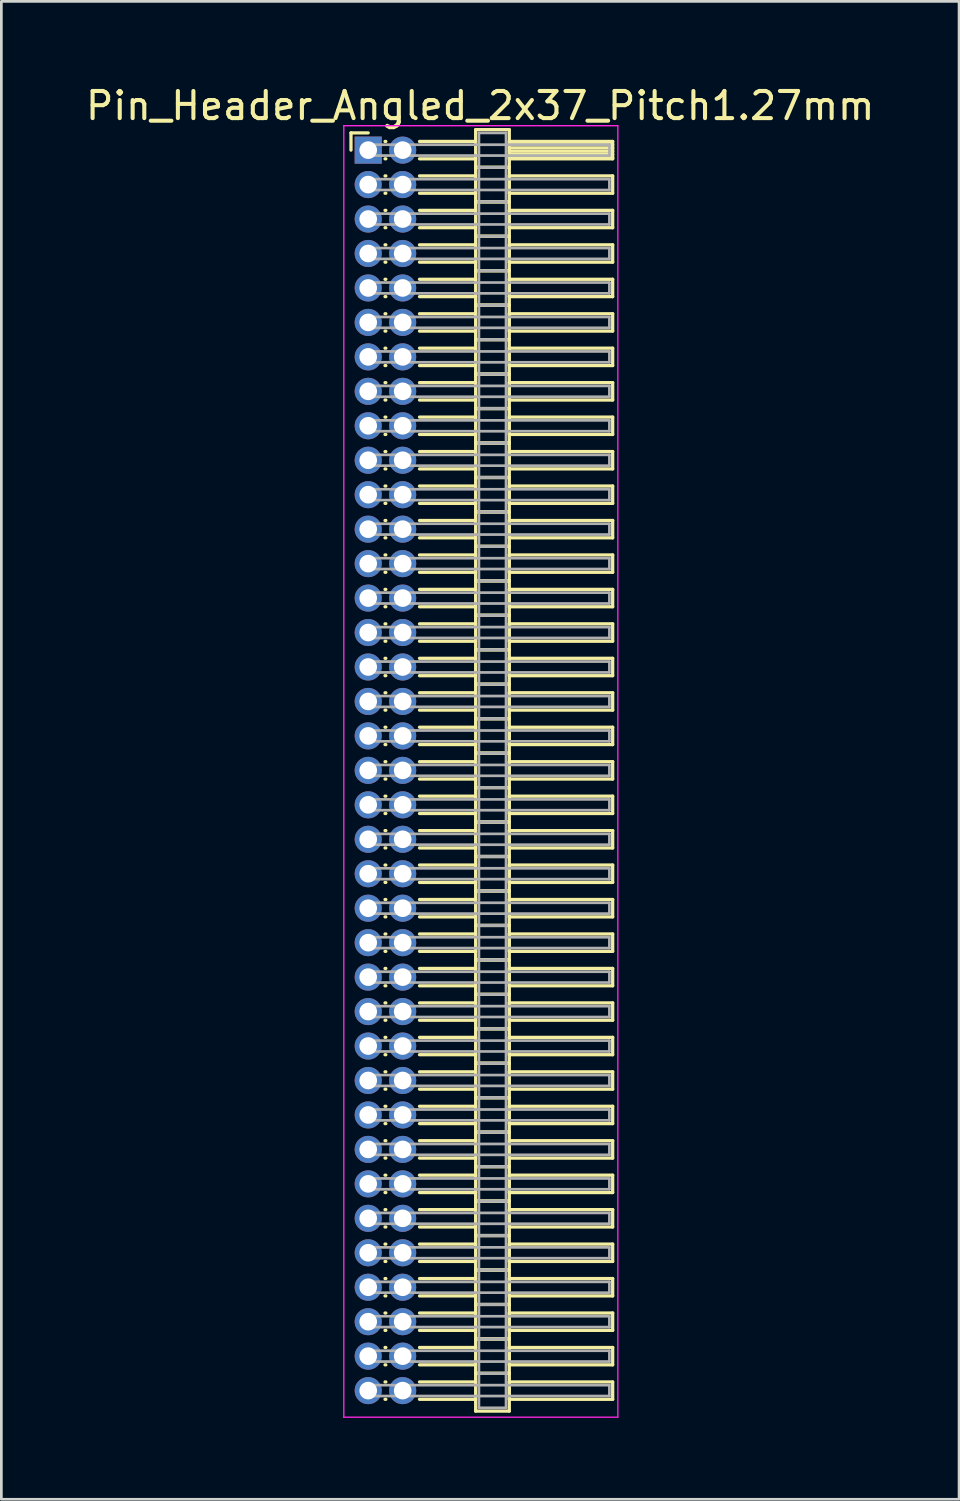
<source format=kicad_pcb>
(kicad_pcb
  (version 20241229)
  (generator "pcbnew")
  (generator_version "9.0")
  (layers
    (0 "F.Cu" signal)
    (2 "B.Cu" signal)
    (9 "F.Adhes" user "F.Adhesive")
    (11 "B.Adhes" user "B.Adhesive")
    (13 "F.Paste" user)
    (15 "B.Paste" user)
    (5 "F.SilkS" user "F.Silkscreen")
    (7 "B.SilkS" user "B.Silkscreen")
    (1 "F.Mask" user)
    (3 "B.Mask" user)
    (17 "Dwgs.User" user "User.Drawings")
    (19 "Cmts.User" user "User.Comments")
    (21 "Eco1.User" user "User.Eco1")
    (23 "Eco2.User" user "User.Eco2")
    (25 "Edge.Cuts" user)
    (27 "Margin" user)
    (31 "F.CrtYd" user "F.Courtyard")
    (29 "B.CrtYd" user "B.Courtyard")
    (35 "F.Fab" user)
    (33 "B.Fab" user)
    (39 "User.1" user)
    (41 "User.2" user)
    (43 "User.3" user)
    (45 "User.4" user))
  (footprint "Pin_Header_Angled_2x37_Pitch1.27mm"
    (layer "F.Cu")
    (at 10.521 2.483)
    (property "Reference" "Pin_Header_Angled_2x37_Pitch1.27mm" (at 4.128 -1.635 0) (layer "F.SilkS") (effects (font (size 1 1) (thickness 0.15))))
    (attr through_hole)
    (fp_line (start -0.635 -0.635) (end 0 -0.635) (stroke (width 0.12) (type solid)) (layer "F.SilkS"))
    (fp_line (start -0.635 0) (end -0.635 -0.635) (stroke (width 0.12) (type solid)) (layer "F.SilkS"))
    (fp_line (start 0.62 -0.32) (end 0.65 -0.32) (stroke (width 0.12) (type solid)) (layer "F.SilkS"))
    (fp_line (start 0.62 0.32) (end 0.65 0.32) (stroke (width 0.12) (type solid)) (layer "F.SilkS"))
    (fp_line (start 0.62 0.95) (end 0.65 0.95) (stroke (width 0.12) (type solid)) (layer "F.SilkS"))
    (fp_line (start 0.62 1.59) (end 0.65 1.59) (stroke (width 0.12) (type solid)) (layer "F.SilkS"))
    (fp_line (start 0.62 2.22) (end 0.65 2.22) (stroke (width 0.12) (type solid)) (layer "F.SilkS"))
    (fp_line (start 0.62 2.86) (end 0.65 2.86) (stroke (width 0.12) (type solid)) (layer "F.SilkS"))
    (fp_line (start 0.62 3.49) (end 0.65 3.49) (stroke (width 0.12) (type solid)) (layer "F.SilkS"))
    (fp_line (start 0.62 4.13) (end 0.65 4.13) (stroke (width 0.12) (type solid)) (layer "F.SilkS"))
    (fp_line (start 0.62 4.76) (end 0.65 4.76) (stroke (width 0.12) (type solid)) (layer "F.SilkS"))
    (fp_line (start 0.62 5.4) (end 0.65 5.4) (stroke (width 0.12) (type solid)) (layer "F.SilkS"))
    (fp_line (start 0.62 6.03) (end 0.65 6.03) (stroke (width 0.12) (type solid)) (layer "F.SilkS"))
    (fp_line (start 0.62 6.67) (end 0.65 6.67) (stroke (width 0.12) (type solid)) (layer "F.SilkS"))
    (fp_line (start 0.62 7.3) (end 0.65 7.3) (stroke (width 0.12) (type solid)) (layer "F.SilkS"))
    (fp_line (start 0.62 7.94) (end 0.65 7.94) (stroke (width 0.12) (type solid)) (layer "F.SilkS"))
    (fp_line (start 0.62 8.57) (end 0.65 8.57) (stroke (width 0.12) (type solid)) (layer "F.SilkS"))
    (fp_line (start 0.62 9.21) (end 0.65 9.21) (stroke (width 0.12) (type solid)) (layer "F.SilkS"))
    (fp_line (start 0.62 9.84) (end 0.65 9.84) (stroke (width 0.12) (type solid)) (layer "F.SilkS"))
    (fp_line (start 0.62 10.48) (end 0.65 10.48) (stroke (width 0.12) (type solid)) (layer "F.SilkS"))
    (fp_line (start 0.62 11.11) (end 0.65 11.11) (stroke (width 0.12) (type solid)) (layer "F.SilkS"))
    (fp_line (start 0.62 11.75) (end 0.65 11.75) (stroke (width 0.12) (type solid)) (layer "F.SilkS"))
    (fp_line (start 0.62 12.38) (end 0.65 12.38) (stroke (width 0.12) (type solid)) (layer "F.SilkS"))
    (fp_line (start 0.62 13.02) (end 0.65 13.02) (stroke (width 0.12) (type solid)) (layer "F.SilkS"))
    (fp_line (start 0.62 13.65) (end 0.65 13.65) (stroke (width 0.12) (type solid)) (layer "F.SilkS"))
    (fp_line (start 0.62 14.29) (end 0.65 14.29) (stroke (width 0.12) (type solid)) (layer "F.SilkS"))
    (fp_line (start 0.62 14.92) (end 0.65 14.92) (stroke (width 0.12) (type solid)) (layer "F.SilkS"))
    (fp_line (start 0.62 15.56) (end 0.65 15.56) (stroke (width 0.12) (type solid)) (layer "F.SilkS"))
    (fp_line (start 0.62 16.19) (end 0.65 16.19) (stroke (width 0.12) (type solid)) (layer "F.SilkS"))
    (fp_line (start 0.62 16.83) (end 0.65 16.83) (stroke (width 0.12) (type solid)) (layer "F.SilkS"))
    (fp_line (start 0.62 17.46) (end 0.65 17.46) (stroke (width 0.12) (type solid)) (layer "F.SilkS"))
    (fp_line (start 0.62 18.1) (end 0.65 18.1) (stroke (width 0.12) (type solid)) (layer "F.SilkS"))
    (fp_line (start 0.62 18.73) (end 0.65 18.73) (stroke (width 0.12) (type solid)) (layer "F.SilkS"))
    (fp_line (start 0.62 19.37) (end 0.65 19.37) (stroke (width 0.12) (type solid)) (layer "F.SilkS"))
    (fp_line (start 0.62 20) (end 0.65 20) (stroke (width 0.12) (type solid)) (layer "F.SilkS"))
    (fp_line (start 0.62 20.64) (end 0.65 20.64) (stroke (width 0.12) (type solid)) (layer "F.SilkS"))
    (fp_line (start 0.62 21.27) (end 0.65 21.27) (stroke (width 0.12) (type solid)) (layer "F.SilkS"))
    (fp_line (start 0.62 21.91) (end 0.65 21.91) (stroke (width 0.12) (type solid)) (layer "F.SilkS"))
    (fp_line (start 0.62 22.54) (end 0.65 22.54) (stroke (width 0.12) (type solid)) (layer "F.SilkS"))
    (fp_line (start 0.62 23.18) (end 0.65 23.18) (stroke (width 0.12) (type solid)) (layer "F.SilkS"))
    (fp_line (start 0.62 23.81) (end 0.65 23.81) (stroke (width 0.12) (type solid)) (layer "F.SilkS"))
    (fp_line (start 0.62 24.45) (end 0.65 24.45) (stroke (width 0.12) (type solid)) (layer "F.SilkS"))
    (fp_line (start 0.62 25.08) (end 0.65 25.08) (stroke (width 0.12) (type solid)) (layer "F.SilkS"))
    (fp_line (start 0.62 25.72) (end 0.65 25.72) (stroke (width 0.12) (type solid)) (layer "F.SilkS"))
    (fp_line (start 0.62 26.35) (end 0.65 26.35) (stroke (width 0.12) (type solid)) (layer "F.SilkS"))
    (fp_line (start 0.62 26.99) (end 0.65 26.99) (stroke (width 0.12) (type solid)) (layer "F.SilkS"))
    (fp_line (start 0.62 27.62) (end 0.65 27.62) (stroke (width 0.12) (type solid)) (layer "F.SilkS"))
    (fp_line (start 0.62 28.26) (end 0.65 28.26) (stroke (width 0.12) (type solid)) (layer "F.SilkS"))
    (fp_line (start 0.62 28.89) (end 0.65 28.89) (stroke (width 0.12) (type solid)) (layer "F.SilkS"))
    (fp_line (start 0.62 29.53) (end 0.65 29.53) (stroke (width 0.12) (type solid)) (layer "F.SilkS"))
    (fp_line (start 0.62 30.16) (end 0.65 30.16) (stroke (width 0.12) (type solid)) (layer "F.SilkS"))
    (fp_line (start 0.62 30.8) (end 0.65 30.8) (stroke (width 0.12) (type solid)) (layer "F.SilkS"))
    (fp_line (start 0.62 31.43) (end 0.65 31.43) (stroke (width 0.12) (type solid)) (layer "F.SilkS"))
    (fp_line (start 0.62 32.07) (end 0.65 32.07) (stroke (width 0.12) (type solid)) (layer "F.SilkS"))
    (fp_line (start 0.62 32.7) (end 0.65 32.7) (stroke (width 0.12) (type solid)) (layer "F.SilkS"))
    (fp_line (start 0.62 33.34) (end 0.65 33.34) (stroke (width 0.12) (type solid)) (layer "F.SilkS"))
    (fp_line (start 0.62 33.97) (end 0.65 33.97) (stroke (width 0.12) (type solid)) (layer "F.SilkS"))
    (fp_line (start 0.62 34.61) (end 0.65 34.61) (stroke (width 0.12) (type solid)) (layer "F.SilkS"))
    (fp_line (start 0.62 35.24) (end 0.65 35.24) (stroke (width 0.12) (type solid)) (layer "F.SilkS"))
    (fp_line (start 0.62 35.88) (end 0.65 35.88) (stroke (width 0.12) (type solid)) (layer "F.SilkS"))
    (fp_line (start 0.62 36.51) (end 0.65 36.51) (stroke (width 0.12) (type solid)) (layer "F.SilkS"))
    (fp_line (start 0.62 37.15) (end 0.65 37.15) (stroke (width 0.12) (type solid)) (layer "F.SilkS"))
    (fp_line (start 0.62 37.78) (end 0.65 37.78) (stroke (width 0.12) (type solid)) (layer "F.SilkS"))
    (fp_line (start 0.62 38.42) (end 0.65 38.42) (stroke (width 0.12) (type solid)) (layer "F.SilkS"))
    (fp_line (start 0.62 39.05) (end 0.65 39.05) (stroke (width 0.12) (type solid)) (layer "F.SilkS"))
    (fp_line (start 0.62 39.69) (end 0.65 39.69) (stroke (width 0.12) (type solid)) (layer "F.SilkS"))
    (fp_line (start 0.62 40.32) (end 0.65 40.32) (stroke (width 0.12) (type solid)) (layer "F.SilkS"))
    (fp_line (start 0.62 40.96) (end 0.65 40.96) (stroke (width 0.12) (type solid)) (layer "F.SilkS"))
    (fp_line (start 0.62 41.59) (end 0.65 41.59) (stroke (width 0.12) (type solid)) (layer "F.SilkS"))
    (fp_line (start 0.62 42.23) (end 0.65 42.23) (stroke (width 0.12) (type solid)) (layer "F.SilkS"))
    (fp_line (start 0.62 42.86) (end 0.65 42.86) (stroke (width 0.12) (type solid)) (layer "F.SilkS"))
    (fp_line (start 0.62 43.5) (end 0.65 43.5) (stroke (width 0.12) (type solid)) (layer "F.SilkS"))
    (fp_line (start 0.62 44.13) (end 0.65 44.13) (stroke (width 0.12) (type solid)) (layer "F.SilkS"))
    (fp_line (start 0.62 44.77) (end 0.65 44.77) (stroke (width 0.12) (type solid)) (layer "F.SilkS"))
    (fp_line (start 0.62 45.4) (end 0.65 45.4) (stroke (width 0.12) (type solid)) (layer "F.SilkS"))
    (fp_line (start 0.62 46.04) (end 0.65 46.04) (stroke (width 0.12) (type solid)) (layer "F.SilkS"))
    (fp_line (start 1.89 -0.32) (end 3.96 -0.32) (stroke (width 0.12) (type solid)) (layer "F.SilkS"))
    (fp_line (start 1.89 0.32) (end 3.96 0.32) (stroke (width 0.12) (type solid)) (layer "F.SilkS"))
    (fp_line (start 1.89 0.95) (end 3.96 0.95) (stroke (width 0.12) (type solid)) (layer "F.SilkS"))
    (fp_line (start 1.89 1.59) (end 3.96 1.59) (stroke (width 0.12) (type solid)) (layer "F.SilkS"))
    (fp_line (start 1.89 2.22) (end 3.96 2.22) (stroke (width 0.12) (type solid)) (layer "F.SilkS"))
    (fp_line (start 1.89 2.86) (end 3.96 2.86) (stroke (width 0.12) (type solid)) (layer "F.SilkS"))
    (fp_line (start 1.89 3.49) (end 3.96 3.49) (stroke (width 0.12) (type solid)) (layer "F.SilkS"))
    (fp_line (start 1.89 4.13) (end 3.96 4.13) (stroke (width 0.12) (type solid)) (layer "F.SilkS"))
    (fp_line (start 1.89 4.76) (end 3.96 4.76) (stroke (width 0.12) (type solid)) (layer "F.SilkS"))
    (fp_line (start 1.89 5.4) (end 3.96 5.4) (stroke (width 0.12) (type solid)) (layer "F.SilkS"))
    (fp_line (start 1.89 6.03) (end 3.96 6.03) (stroke (width 0.12) (type solid)) (layer "F.SilkS"))
    (fp_line (start 1.89 6.67) (end 3.96 6.67) (stroke (width 0.12) (type solid)) (layer "F.SilkS"))
    (fp_line (start 1.89 7.3) (end 3.96 7.3) (stroke (width 0.12) (type solid)) (layer "F.SilkS"))
    (fp_line (start 1.89 7.94) (end 3.96 7.94) (stroke (width 0.12) (type solid)) (layer "F.SilkS"))
    (fp_line (start 1.89 8.57) (end 3.96 8.57) (stroke (width 0.12) (type solid)) (layer "F.SilkS"))
    (fp_line (start 1.89 9.21) (end 3.96 9.21) (stroke (width 0.12) (type solid)) (layer "F.SilkS"))
    (fp_line (start 1.89 9.84) (end 3.96 9.84) (stroke (width 0.12) (type solid)) (layer "F.SilkS"))
    (fp_line (start 1.89 10.48) (end 3.96 10.48) (stroke (width 0.12) (type solid)) (layer "F.SilkS"))
    (fp_line (start 1.89 11.11) (end 3.96 11.11) (stroke (width 0.12) (type solid)) (layer "F.SilkS"))
    (fp_line (start 1.89 11.75) (end 3.96 11.75) (stroke (width 0.12) (type solid)) (layer "F.SilkS"))
    (fp_line (start 1.89 12.38) (end 3.96 12.38) (stroke (width 0.12) (type solid)) (layer "F.SilkS"))
    (fp_line (start 1.89 13.02) (end 3.96 13.02) (stroke (width 0.12) (type solid)) (layer "F.SilkS"))
    (fp_line (start 1.89 13.65) (end 3.96 13.65) (stroke (width 0.12) (type solid)) (layer "F.SilkS"))
    (fp_line (start 1.89 14.29) (end 3.96 14.29) (stroke (width 0.12) (type solid)) (layer "F.SilkS"))
    (fp_line (start 1.89 14.92) (end 3.96 14.92) (stroke (width 0.12) (type solid)) (layer "F.SilkS"))
    (fp_line (start 1.89 15.56) (end 3.96 15.56) (stroke (width 0.12) (type solid)) (layer "F.SilkS"))
    (fp_line (start 1.89 16.19) (end 3.96 16.19) (stroke (width 0.12) (type solid)) (layer "F.SilkS"))
    (fp_line (start 1.89 16.83) (end 3.96 16.83) (stroke (width 0.12) (type solid)) (layer "F.SilkS"))
    (fp_line (start 1.89 17.46) (end 3.96 17.46) (stroke (width 0.12) (type solid)) (layer "F.SilkS"))
    (fp_line (start 1.89 18.1) (end 3.96 18.1) (stroke (width 0.12) (type solid)) (layer "F.SilkS"))
    (fp_line (start 1.89 18.73) (end 3.96 18.73) (stroke (width 0.12) (type solid)) (layer "F.SilkS"))
    (fp_line (start 1.89 19.37) (end 3.96 19.37) (stroke (width 0.12) (type solid)) (layer "F.SilkS"))
    (fp_line (start 1.89 20) (end 3.96 20) (stroke (width 0.12) (type solid)) (layer "F.SilkS"))
    (fp_line (start 1.89 20.64) (end 3.96 20.64) (stroke (width 0.12) (type solid)) (layer "F.SilkS"))
    (fp_line (start 1.89 21.27) (end 3.96 21.27) (stroke (width 0.12) (type solid)) (layer "F.SilkS"))
    (fp_line (start 1.89 21.91) (end 3.96 21.91) (stroke (width 0.12) (type solid)) (layer "F.SilkS"))
    (fp_line (start 1.89 22.54) (end 3.96 22.54) (stroke (width 0.12) (type solid)) (layer "F.SilkS"))
    (fp_line (start 1.89 23.18) (end 3.96 23.18) (stroke (width 0.12) (type solid)) (layer "F.SilkS"))
    (fp_line (start 1.89 23.81) (end 3.96 23.81) (stroke (width 0.12) (type solid)) (layer "F.SilkS"))
    (fp_line (start 1.89 24.45) (end 3.96 24.45) (stroke (width 0.12) (type solid)) (layer "F.SilkS"))
    (fp_line (start 1.89 25.08) (end 3.96 25.08) (stroke (width 0.12) (type solid)) (layer "F.SilkS"))
    (fp_line (start 1.89 25.72) (end 3.96 25.72) (stroke (width 0.12) (type solid)) (layer "F.SilkS"))
    (fp_line (start 1.89 26.35) (end 3.96 26.35) (stroke (width 0.12) (type solid)) (layer "F.SilkS"))
    (fp_line (start 1.89 26.99) (end 3.96 26.99) (stroke (width 0.12) (type solid)) (layer "F.SilkS"))
    (fp_line (start 1.89 27.62) (end 3.96 27.62) (stroke (width 0.12) (type solid)) (layer "F.SilkS"))
    (fp_line (start 1.89 28.26) (end 3.96 28.26) (stroke (width 0.12) (type solid)) (layer "F.SilkS"))
    (fp_line (start 1.89 28.89) (end 3.96 28.89) (stroke (width 0.12) (type solid)) (layer "F.SilkS"))
    (fp_line (start 1.89 29.53) (end 3.96 29.53) (stroke (width 0.12) (type solid)) (layer "F.SilkS"))
    (fp_line (start 1.89 30.16) (end 3.96 30.16) (stroke (width 0.12) (type solid)) (layer "F.SilkS"))
    (fp_line (start 1.89 30.8) (end 3.96 30.8) (stroke (width 0.12) (type solid)) (layer "F.SilkS"))
    (fp_line (start 1.89 31.43) (end 3.96 31.43) (stroke (width 0.12) (type solid)) (layer "F.SilkS"))
    (fp_line (start 1.89 32.07) (end 3.96 32.07) (stroke (width 0.12) (type solid)) (layer "F.SilkS"))
    (fp_line (start 1.89 32.7) (end 3.96 32.7) (stroke (width 0.12) (type solid)) (layer "F.SilkS"))
    (fp_line (start 1.89 33.34) (end 3.96 33.34) (stroke (width 0.12) (type solid)) (layer "F.SilkS"))
    (fp_line (start 1.89 33.97) (end 3.96 33.97) (stroke (width 0.12) (type solid)) (layer "F.SilkS"))
    (fp_line (start 1.89 34.61) (end 3.96 34.61) (stroke (width 0.12) (type solid)) (layer "F.SilkS"))
    (fp_line (start 1.89 35.24) (end 3.96 35.24) (stroke (width 0.12) (type solid)) (layer "F.SilkS"))
    (fp_line (start 1.89 35.88) (end 3.96 35.88) (stroke (width 0.12) (type solid)) (layer "F.SilkS"))
    (fp_line (start 1.89 36.51) (end 3.96 36.51) (stroke (width 0.12) (type solid)) (layer "F.SilkS"))
    (fp_line (start 1.89 37.15) (end 3.96 37.15) (stroke (width 0.12) (type solid)) (layer "F.SilkS"))
    (fp_line (start 1.89 37.78) (end 3.96 37.78) (stroke (width 0.12) (type solid)) (layer "F.SilkS"))
    (fp_line (start 1.89 38.42) (end 3.96 38.42) (stroke (width 0.12) (type solid)) (layer "F.SilkS"))
    (fp_line (start 1.89 39.05) (end 3.96 39.05) (stroke (width 0.12) (type solid)) (layer "F.SilkS"))
    (fp_line (start 1.89 39.69) (end 3.96 39.69) (stroke (width 0.12) (type solid)) (layer "F.SilkS"))
    (fp_line (start 1.89 40.32) (end 3.96 40.32) (stroke (width 0.12) (type solid)) (layer "F.SilkS"))
    (fp_line (start 1.89 40.96) (end 3.96 40.96) (stroke (width 0.12) (type solid)) (layer "F.SilkS"))
    (fp_line (start 1.89 41.59) (end 3.96 41.59) (stroke (width 0.12) (type solid)) (layer "F.SilkS"))
    (fp_line (start 1.89 42.23) (end 3.96 42.23) (stroke (width 0.12) (type solid)) (layer "F.SilkS"))
    (fp_line (start 1.89 42.86) (end 3.96 42.86) (stroke (width 0.12) (type solid)) (layer "F.SilkS"))
    (fp_line (start 1.89 43.5) (end 3.96 43.5) (stroke (width 0.12) (type solid)) (layer "F.SilkS"))
    (fp_line (start 1.89 44.13) (end 3.96 44.13) (stroke (width 0.12) (type solid)) (layer "F.SilkS"))
    (fp_line (start 1.89 44.77) (end 3.96 44.77) (stroke (width 0.12) (type solid)) (layer "F.SilkS"))
    (fp_line (start 1.89 45.4) (end 3.96 45.4) (stroke (width 0.12) (type solid)) (layer "F.SilkS"))
    (fp_line (start 1.89 46.04) (end 3.96 46.04) (stroke (width 0.12) (type solid)) (layer "F.SilkS"))
    (fp_line (start 3.96 -0.755) (end 3.96 0.635) (stroke (width 0.12) (type solid)) (layer "F.SilkS"))
    (fp_line (start 3.96 0.635) (end 3.96 1.905) (stroke (width 0.12) (type solid)) (layer "F.SilkS"))
    (fp_line (start 3.96 0.635) (end 5.2 0.635) (stroke (width 0.12) (type solid)) (layer "F.SilkS"))
    (fp_line (start 3.96 1.905) (end 3.96 3.175) (stroke (width 0.12) (type solid)) (layer "F.SilkS"))
    (fp_line (start 3.96 1.905) (end 5.2 1.905) (stroke (width 0.12) (type solid)) (layer "F.SilkS"))
    (fp_line (start 3.96 3.175) (end 3.96 4.445) (stroke (width 0.12) (type solid)) (layer "F.SilkS"))
    (fp_line (start 3.96 3.175) (end 5.2 3.175) (stroke (width 0.12) (type solid)) (layer "F.SilkS"))
    (fp_line (start 3.96 4.445) (end 3.96 5.715) (stroke (width 0.12) (type solid)) (layer "F.SilkS"))
    (fp_line (start 3.96 4.445) (end 5.2 4.445) (stroke (width 0.12) (type solid)) (layer "F.SilkS"))
    (fp_line (start 3.96 5.715) (end 3.96 6.985) (stroke (width 0.12) (type solid)) (layer "F.SilkS"))
    (fp_line (start 3.96 5.715) (end 5.2 5.715) (stroke (width 0.12) (type solid)) (layer "F.SilkS"))
    (fp_line (start 3.96 6.985) (end 3.96 8.255) (stroke (width 0.12) (type solid)) (layer "F.SilkS"))
    (fp_line (start 3.96 6.985) (end 5.2 6.985) (stroke (width 0.12) (type solid)) (layer "F.SilkS"))
    (fp_line (start 3.96 8.255) (end 3.96 9.525) (stroke (width 0.12) (type solid)) (layer "F.SilkS"))
    (fp_line (start 3.96 8.255) (end 5.2 8.255) (stroke (width 0.12) (type solid)) (layer "F.SilkS"))
    (fp_line (start 3.96 9.525) (end 3.96 10.795) (stroke (width 0.12) (type solid)) (layer "F.SilkS"))
    (fp_line (start 3.96 9.525) (end 5.2 9.525) (stroke (width 0.12) (type solid)) (layer "F.SilkS"))
    (fp_line (start 3.96 10.795) (end 3.96 12.065) (stroke (width 0.12) (type solid)) (layer "F.SilkS"))
    (fp_line (start 3.96 10.795) (end 5.2 10.795) (stroke (width 0.12) (type solid)) (layer "F.SilkS"))
    (fp_line (start 3.96 12.065) (end 3.96 13.335) (stroke (width 0.12) (type solid)) (layer "F.SilkS"))
    (fp_line (start 3.96 12.065) (end 5.2 12.065) (stroke (width 0.12) (type solid)) (layer "F.SilkS"))
    (fp_line (start 3.96 13.335) (end 3.96 14.605) (stroke (width 0.12) (type solid)) (layer "F.SilkS"))
    (fp_line (start 3.96 13.335) (end 5.2 13.335) (stroke (width 0.12) (type solid)) (layer "F.SilkS"))
    (fp_line (start 3.96 14.605) (end 3.96 15.875) (stroke (width 0.12) (type solid)) (layer "F.SilkS"))
    (fp_line (start 3.96 14.605) (end 5.2 14.605) (stroke (width 0.12) (type solid)) (layer "F.SilkS"))
    (fp_line (start 3.96 15.875) (end 3.96 17.145) (stroke (width 0.12) (type solid)) (layer "F.SilkS"))
    (fp_line (start 3.96 15.875) (end 5.2 15.875) (stroke (width 0.12) (type solid)) (layer "F.SilkS"))
    (fp_line (start 3.96 17.145) (end 3.96 18.415) (stroke (width 0.12) (type solid)) (layer "F.SilkS"))
    (fp_line (start 3.96 17.145) (end 5.2 17.145) (stroke (width 0.12) (type solid)) (layer "F.SilkS"))
    (fp_line (start 3.96 18.415) (end 3.96 19.685) (stroke (width 0.12) (type solid)) (layer "F.SilkS"))
    (fp_line (start 3.96 18.415) (end 5.2 18.415) (stroke (width 0.12) (type solid)) (layer "F.SilkS"))
    (fp_line (start 3.96 19.685) (end 3.96 20.955) (stroke (width 0.12) (type solid)) (layer "F.SilkS"))
    (fp_line (start 3.96 19.685) (end 5.2 19.685) (stroke (width 0.12) (type solid)) (layer "F.SilkS"))
    (fp_line (start 3.96 20.955) (end 3.96 22.225) (stroke (width 0.12) (type solid)) (layer "F.SilkS"))
    (fp_line (start 3.96 20.955) (end 5.2 20.955) (stroke (width 0.12) (type solid)) (layer "F.SilkS"))
    (fp_line (start 3.96 22.225) (end 3.96 23.495) (stroke (width 0.12) (type solid)) (layer "F.SilkS"))
    (fp_line (start 3.96 22.225) (end 5.2 22.225) (stroke (width 0.12) (type solid)) (layer "F.SilkS"))
    (fp_line (start 3.96 23.495) (end 3.96 24.765) (stroke (width 0.12) (type solid)) (layer "F.SilkS"))
    (fp_line (start 3.96 23.495) (end 5.2 23.495) (stroke (width 0.12) (type solid)) (layer "F.SilkS"))
    (fp_line (start 3.96 24.765) (end 3.96 26.035) (stroke (width 0.12) (type solid)) (layer "F.SilkS"))
    (fp_line (start 3.96 24.765) (end 5.2 24.765) (stroke (width 0.12) (type solid)) (layer "F.SilkS"))
    (fp_line (start 3.96 26.035) (end 3.96 27.305) (stroke (width 0.12) (type solid)) (layer "F.SilkS"))
    (fp_line (start 3.96 26.035) (end 5.2 26.035) (stroke (width 0.12) (type solid)) (layer "F.SilkS"))
    (fp_line (start 3.96 27.305) (end 3.96 28.575) (stroke (width 0.12) (type solid)) (layer "F.SilkS"))
    (fp_line (start 3.96 27.305) (end 5.2 27.305) (stroke (width 0.12) (type solid)) (layer "F.SilkS"))
    (fp_line (start 3.96 28.575) (end 3.96 29.845) (stroke (width 0.12) (type solid)) (layer "F.SilkS"))
    (fp_line (start 3.96 28.575) (end 5.2 28.575) (stroke (width 0.12) (type solid)) (layer "F.SilkS"))
    (fp_line (start 3.96 29.845) (end 3.96 31.115) (stroke (width 0.12) (type solid)) (layer "F.SilkS"))
    (fp_line (start 3.96 29.845) (end 5.2 29.845) (stroke (width 0.12) (type solid)) (layer "F.SilkS"))
    (fp_line (start 3.96 31.115) (end 3.96 32.385) (stroke (width 0.12) (type solid)) (layer "F.SilkS"))
    (fp_line (start 3.96 31.115) (end 5.2 31.115) (stroke (width 0.12) (type solid)) (layer "F.SilkS"))
    (fp_line (start 3.96 32.385) (end 3.96 33.655) (stroke (width 0.12) (type solid)) (layer "F.SilkS"))
    (fp_line (start 3.96 32.385) (end 5.2 32.385) (stroke (width 0.12) (type solid)) (layer "F.SilkS"))
    (fp_line (start 3.96 33.655) (end 3.96 34.925) (stroke (width 0.12) (type solid)) (layer "F.SilkS"))
    (fp_line (start 3.96 33.655) (end 5.2 33.655) (stroke (width 0.12) (type solid)) (layer "F.SilkS"))
    (fp_line (start 3.96 34.925) (end 3.96 36.195) (stroke (width 0.12) (type solid)) (layer "F.SilkS"))
    (fp_line (start 3.96 34.925) (end 5.2 34.925) (stroke (width 0.12) (type solid)) (layer "F.SilkS"))
    (fp_line (start 3.96 36.195) (end 3.96 37.465) (stroke (width 0.12) (type solid)) (layer "F.SilkS"))
    (fp_line (start 3.96 36.195) (end 5.2 36.195) (stroke (width 0.12) (type solid)) (layer "F.SilkS"))
    (fp_line (start 3.96 37.465) (end 3.96 38.735) (stroke (width 0.12) (type solid)) (layer "F.SilkS"))
    (fp_line (start 3.96 37.465) (end 5.2 37.465) (stroke (width 0.12) (type solid)) (layer "F.SilkS"))
    (fp_line (start 3.96 38.735) (end 3.96 40.005) (stroke (width 0.12) (type solid)) (layer "F.SilkS"))
    (fp_line (start 3.96 38.735) (end 5.2 38.735) (stroke (width 0.12) (type solid)) (layer "F.SilkS"))
    (fp_line (start 3.96 40.005) (end 3.96 41.275) (stroke (width 0.12) (type solid)) (layer "F.SilkS"))
    (fp_line (start 3.96 40.005) (end 5.2 40.005) (stroke (width 0.12) (type solid)) (layer "F.SilkS"))
    (fp_line (start 3.96 41.275) (end 3.96 42.545) (stroke (width 0.12) (type solid)) (layer "F.SilkS"))
    (fp_line (start 3.96 41.275) (end 5.2 41.275) (stroke (width 0.12) (type solid)) (layer "F.SilkS"))
    (fp_line (start 3.96 42.545) (end 3.96 43.815) (stroke (width 0.12) (type solid)) (layer "F.SilkS"))
    (fp_line (start 3.96 42.545) (end 5.2 42.545) (stroke (width 0.12) (type solid)) (layer "F.SilkS"))
    (fp_line (start 3.96 43.815) (end 3.96 45.085) (stroke (width 0.12) (type solid)) (layer "F.SilkS"))
    (fp_line (start 3.96 43.815) (end 5.2 43.815) (stroke (width 0.12) (type solid)) (layer "F.SilkS"))
    (fp_line (start 3.96 45.085) (end 3.96 46.475) (stroke (width 0.12) (type solid)) (layer "F.SilkS"))
    (fp_line (start 3.96 45.085) (end 5.2 45.085) (stroke (width 0.12) (type solid)) (layer "F.SilkS"))
    (fp_line (start 3.96 46.475) (end 5.2 46.475) (stroke (width 0.12) (type solid)) (layer "F.SilkS"))
    (fp_line (start 5.2 -0.755) (end 3.96 -0.755) (stroke (width 0.12) (type solid)) (layer "F.SilkS"))
    (fp_line (start 5.2 -0.32) (end 5.2 0.32) (stroke (width 0.12) (type solid)) (layer "F.SilkS"))
    (fp_line (start 5.2 -0.2) (end 9.01 -0.2) (stroke (width 0.12) (type solid)) (layer "F.SilkS"))
    (fp_line (start 5.2 -0.08) (end 9.01 -0.08) (stroke (width 0.12) (type solid)) (layer "F.SilkS"))
    (fp_line (start 5.2 0.04) (end 9.01 0.04) (stroke (width 0.12) (type solid)) (layer "F.SilkS"))
    (fp_line (start 5.2 0.16) (end 9.01 0.16) (stroke (width 0.12) (type solid)) (layer "F.SilkS"))
    (fp_line (start 5.2 0.28) (end 9.01 0.28) (stroke (width 0.12) (type solid)) (layer "F.SilkS"))
    (fp_line (start 5.2 0.32) (end 9.01 0.32) (stroke (width 0.12) (type solid)) (layer "F.SilkS"))
    (fp_line (start 5.2 0.635) (end 3.96 0.635) (stroke (width 0.12) (type solid)) (layer "F.SilkS"))
    (fp_line (start 5.2 0.635) (end 5.2 -0.755) (stroke (width 0.12) (type solid)) (layer "F.SilkS"))
    (fp_line (start 5.2 0.95) (end 5.2 1.59) (stroke (width 0.12) (type solid)) (layer "F.SilkS"))
    (fp_line (start 5.2 1.59) (end 9.01 1.59) (stroke (width 0.12) (type solid)) (layer "F.SilkS"))
    (fp_line (start 5.2 1.905) (end 3.96 1.905) (stroke (width 0.12) (type solid)) (layer "F.SilkS"))
    (fp_line (start 5.2 1.905) (end 5.2 0.635) (stroke (width 0.12) (type solid)) (layer "F.SilkS"))
    (fp_line (start 5.2 2.22) (end 5.2 2.86) (stroke (width 0.12) (type solid)) (layer "F.SilkS"))
    (fp_line (start 5.2 2.86) (end 9.01 2.86) (stroke (width 0.12) (type solid)) (layer "F.SilkS"))
    (fp_line (start 5.2 3.175) (end 3.96 3.175) (stroke (width 0.12) (type solid)) (layer "F.SilkS"))
    (fp_line (start 5.2 3.175) (end 5.2 1.905) (stroke (width 0.12) (type solid)) (layer "F.SilkS"))
    (fp_line (start 5.2 3.49) (end 5.2 4.13) (stroke (width 0.12) (type solid)) (layer "F.SilkS"))
    (fp_line (start 5.2 4.13) (end 9.01 4.13) (stroke (width 0.12) (type solid)) (layer "F.SilkS"))
    (fp_line (start 5.2 4.445) (end 3.96 4.445) (stroke (width 0.12) (type solid)) (layer "F.SilkS"))
    (fp_line (start 5.2 4.445) (end 5.2 3.175) (stroke (width 0.12) (type solid)) (layer "F.SilkS"))
    (fp_line (start 5.2 4.76) (end 5.2 5.4) (stroke (width 0.12) (type solid)) (layer "F.SilkS"))
    (fp_line (start 5.2 5.4) (end 9.01 5.4) (stroke (width 0.12) (type solid)) (layer "F.SilkS"))
    (fp_line (start 5.2 5.715) (end 3.96 5.715) (stroke (width 0.12) (type solid)) (layer "F.SilkS"))
    (fp_line (start 5.2 5.715) (end 5.2 4.445) (stroke (width 0.12) (type solid)) (layer "F.SilkS"))
    (fp_line (start 5.2 6.03) (end 5.2 6.67) (stroke (width 0.12) (type solid)) (layer "F.SilkS"))
    (fp_line (start 5.2 6.67) (end 9.01 6.67) (stroke (width 0.12) (type solid)) (layer "F.SilkS"))
    (fp_line (start 5.2 6.985) (end 3.96 6.985) (stroke (width 0.12) (type solid)) (layer "F.SilkS"))
    (fp_line (start 5.2 6.985) (end 5.2 5.715) (stroke (width 0.12) (type solid)) (layer "F.SilkS"))
    (fp_line (start 5.2 7.3) (end 5.2 7.94) (stroke (width 0.12) (type solid)) (layer "F.SilkS"))
    (fp_line (start 5.2 7.94) (end 9.01 7.94) (stroke (width 0.12) (type solid)) (layer "F.SilkS"))
    (fp_line (start 5.2 8.255) (end 3.96 8.255) (stroke (width 0.12) (type solid)) (layer "F.SilkS"))
    (fp_line (start 5.2 8.255) (end 5.2 6.985) (stroke (width 0.12) (type solid)) (layer "F.SilkS"))
    (fp_line (start 5.2 8.57) (end 5.2 9.21) (stroke (width 0.12) (type solid)) (layer "F.SilkS"))
    (fp_line (start 5.2 9.21) (end 9.01 9.21) (stroke (width 0.12) (type solid)) (layer "F.SilkS"))
    (fp_line (start 5.2 9.525) (end 3.96 9.525) (stroke (width 0.12) (type solid)) (layer "F.SilkS"))
    (fp_line (start 5.2 9.525) (end 5.2 8.255) (stroke (width 0.12) (type solid)) (layer "F.SilkS"))
    (fp_line (start 5.2 9.84) (end 5.2 10.48) (stroke (width 0.12) (type solid)) (layer "F.SilkS"))
    (fp_line (start 5.2 10.48) (end 9.01 10.48) (stroke (width 0.12) (type solid)) (layer "F.SilkS"))
    (fp_line (start 5.2 10.795) (end 3.96 10.795) (stroke (width 0.12) (type solid)) (layer "F.SilkS"))
    (fp_line (start 5.2 10.795) (end 5.2 9.525) (stroke (width 0.12) (type solid)) (layer "F.SilkS"))
    (fp_line (start 5.2 11.11) (end 5.2 11.75) (stroke (width 0.12) (type solid)) (layer "F.SilkS"))
    (fp_line (start 5.2 11.75) (end 9.01 11.75) (stroke (width 0.12) (type solid)) (layer "F.SilkS"))
    (fp_line (start 5.2 12.065) (end 3.96 12.065) (stroke (width 0.12) (type solid)) (layer "F.SilkS"))
    (fp_line (start 5.2 12.065) (end 5.2 10.795) (stroke (width 0.12) (type solid)) (layer "F.SilkS"))
    (fp_line (start 5.2 12.38) (end 5.2 13.02) (stroke (width 0.12) (type solid)) (layer "F.SilkS"))
    (fp_line (start 5.2 13.02) (end 9.01 13.02) (stroke (width 0.12) (type solid)) (layer "F.SilkS"))
    (fp_line (start 5.2 13.335) (end 3.96 13.335) (stroke (width 0.12) (type solid)) (layer "F.SilkS"))
    (fp_line (start 5.2 13.335) (end 5.2 12.065) (stroke (width 0.12) (type solid)) (layer "F.SilkS"))
    (fp_line (start 5.2 13.65) (end 5.2 14.29) (stroke (width 0.12) (type solid)) (layer "F.SilkS"))
    (fp_line (start 5.2 14.29) (end 9.01 14.29) (stroke (width 0.12) (type solid)) (layer "F.SilkS"))
    (fp_line (start 5.2 14.605) (end 3.96 14.605) (stroke (width 0.12) (type solid)) (layer "F.SilkS"))
    (fp_line (start 5.2 14.605) (end 5.2 13.335) (stroke (width 0.12) (type solid)) (layer "F.SilkS"))
    (fp_line (start 5.2 14.92) (end 5.2 15.56) (stroke (width 0.12) (type solid)) (layer "F.SilkS"))
    (fp_line (start 5.2 15.56) (end 9.01 15.56) (stroke (width 0.12) (type solid)) (layer "F.SilkS"))
    (fp_line (start 5.2 15.875) (end 3.96 15.875) (stroke (width 0.12) (type solid)) (layer "F.SilkS"))
    (fp_line (start 5.2 15.875) (end 5.2 14.605) (stroke (width 0.12) (type solid)) (layer "F.SilkS"))
    (fp_line (start 5.2 16.19) (end 5.2 16.83) (stroke (width 0.12) (type solid)) (layer "F.SilkS"))
    (fp_line (start 5.2 16.83) (end 9.01 16.83) (stroke (width 0.12) (type solid)) (layer "F.SilkS"))
    (fp_line (start 5.2 17.145) (end 3.96 17.145) (stroke (width 0.12) (type solid)) (layer "F.SilkS"))
    (fp_line (start 5.2 17.145) (end 5.2 15.875) (stroke (width 0.12) (type solid)) (layer "F.SilkS"))
    (fp_line (start 5.2 17.46) (end 5.2 18.1) (stroke (width 0.12) (type solid)) (layer "F.SilkS"))
    (fp_line (start 5.2 18.1) (end 9.01 18.1) (stroke (width 0.12) (type solid)) (layer "F.SilkS"))
    (fp_line (start 5.2 18.415) (end 3.96 18.415) (stroke (width 0.12) (type solid)) (layer "F.SilkS"))
    (fp_line (start 5.2 18.415) (end 5.2 17.145) (stroke (width 0.12) (type solid)) (layer "F.SilkS"))
    (fp_line (start 5.2 18.73) (end 5.2 19.37) (stroke (width 0.12) (type solid)) (layer "F.SilkS"))
    (fp_line (start 5.2 19.37) (end 9.01 19.37) (stroke (width 0.12) (type solid)) (layer "F.SilkS"))
    (fp_line (start 5.2 19.685) (end 3.96 19.685) (stroke (width 0.12) (type solid)) (layer "F.SilkS"))
    (fp_line (start 5.2 19.685) (end 5.2 18.415) (stroke (width 0.12) (type solid)) (layer "F.SilkS"))
    (fp_line (start 5.2 20) (end 5.2 20.64) (stroke (width 0.12) (type solid)) (layer "F.SilkS"))
    (fp_line (start 5.2 20.64) (end 9.01 20.64) (stroke (width 0.12) (type solid)) (layer "F.SilkS"))
    (fp_line (start 5.2 20.955) (end 3.96 20.955) (stroke (width 0.12) (type solid)) (layer "F.SilkS"))
    (fp_line (start 5.2 20.955) (end 5.2 19.685) (stroke (width 0.12) (type solid)) (layer "F.SilkS"))
    (fp_line (start 5.2 21.27) (end 5.2 21.91) (stroke (width 0.12) (type solid)) (layer "F.SilkS"))
    (fp_line (start 5.2 21.91) (end 9.01 21.91) (stroke (width 0.12) (type solid)) (layer "F.SilkS"))
    (fp_line (start 5.2 22.225) (end 3.96 22.225) (stroke (width 0.12) (type solid)) (layer "F.SilkS"))
    (fp_line (start 5.2 22.225) (end 5.2 20.955) (stroke (width 0.12) (type solid)) (layer "F.SilkS"))
    (fp_line (start 5.2 22.54) (end 5.2 23.18) (stroke (width 0.12) (type solid)) (layer "F.SilkS"))
    (fp_line (start 5.2 23.18) (end 9.01 23.18) (stroke (width 0.12) (type solid)) (layer "F.SilkS"))
    (fp_line (start 5.2 23.495) (end 3.96 23.495) (stroke (width 0.12) (type solid)) (layer "F.SilkS"))
    (fp_line (start 5.2 23.495) (end 5.2 22.225) (stroke (width 0.12) (type solid)) (layer "F.SilkS"))
    (fp_line (start 5.2 23.81) (end 5.2 24.45) (stroke (width 0.12) (type solid)) (layer "F.SilkS"))
    (fp_line (start 5.2 24.45) (end 9.01 24.45) (stroke (width 0.12) (type solid)) (layer "F.SilkS"))
    (fp_line (start 5.2 24.765) (end 3.96 24.765) (stroke (width 0.12) (type solid)) (layer "F.SilkS"))
    (fp_line (start 5.2 24.765) (end 5.2 23.495) (stroke (width 0.12) (type solid)) (layer "F.SilkS"))
    (fp_line (start 5.2 25.08) (end 5.2 25.72) (stroke (width 0.12) (type solid)) (layer "F.SilkS"))
    (fp_line (start 5.2 25.72) (end 9.01 25.72) (stroke (width 0.12) (type solid)) (layer "F.SilkS"))
    (fp_line (start 5.2 26.035) (end 3.96 26.035) (stroke (width 0.12) (type solid)) (layer "F.SilkS"))
    (fp_line (start 5.2 26.035) (end 5.2 24.765) (stroke (width 0.12) (type solid)) (layer "F.SilkS"))
    (fp_line (start 5.2 26.35) (end 5.2 26.99) (stroke (width 0.12) (type solid)) (layer "F.SilkS"))
    (fp_line (start 5.2 26.99) (end 9.01 26.99) (stroke (width 0.12) (type solid)) (layer "F.SilkS"))
    (fp_line (start 5.2 27.305) (end 3.96 27.305) (stroke (width 0.12) (type solid)) (layer "F.SilkS"))
    (fp_line (start 5.2 27.305) (end 5.2 26.035) (stroke (width 0.12) (type solid)) (layer "F.SilkS"))
    (fp_line (start 5.2 27.62) (end 5.2 28.26) (stroke (width 0.12) (type solid)) (layer "F.SilkS"))
    (fp_line (start 5.2 28.26) (end 9.01 28.26) (stroke (width 0.12) (type solid)) (layer "F.SilkS"))
    (fp_line (start 5.2 28.575) (end 3.96 28.575) (stroke (width 0.12) (type solid)) (layer "F.SilkS"))
    (fp_line (start 5.2 28.575) (end 5.2 27.305) (stroke (width 0.12) (type solid)) (layer "F.SilkS"))
    (fp_line (start 5.2 28.89) (end 5.2 29.53) (stroke (width 0.12) (type solid)) (layer "F.SilkS"))
    (fp_line (start 5.2 29.53) (end 9.01 29.53) (stroke (width 0.12) (type solid)) (layer "F.SilkS"))
    (fp_line (start 5.2 29.845) (end 3.96 29.845) (stroke (width 0.12) (type solid)) (layer "F.SilkS"))
    (fp_line (start 5.2 29.845) (end 5.2 28.575) (stroke (width 0.12) (type solid)) (layer "F.SilkS"))
    (fp_line (start 5.2 30.16) (end 5.2 30.8) (stroke (width 0.12) (type solid)) (layer "F.SilkS"))
    (fp_line (start 5.2 30.8) (end 9.01 30.8) (stroke (width 0.12) (type solid)) (layer "F.SilkS"))
    (fp_line (start 5.2 31.115) (end 3.96 31.115) (stroke (width 0.12) (type solid)) (layer "F.SilkS"))
    (fp_line (start 5.2 31.115) (end 5.2 29.845) (stroke (width 0.12) (type solid)) (layer "F.SilkS"))
    (fp_line (start 5.2 31.43) (end 5.2 32.07) (stroke (width 0.12) (type solid)) (layer "F.SilkS"))
    (fp_line (start 5.2 32.07) (end 9.01 32.07) (stroke (width 0.12) (type solid)) (layer "F.SilkS"))
    (fp_line (start 5.2 32.385) (end 3.96 32.385) (stroke (width 0.12) (type solid)) (layer "F.SilkS"))
    (fp_line (start 5.2 32.385) (end 5.2 31.115) (stroke (width 0.12) (type solid)) (layer "F.SilkS"))
    (fp_line (start 5.2 32.7) (end 5.2 33.34) (stroke (width 0.12) (type solid)) (layer "F.SilkS"))
    (fp_line (start 5.2 33.34) (end 9.01 33.34) (stroke (width 0.12) (type solid)) (layer "F.SilkS"))
    (fp_line (start 5.2 33.655) (end 3.96 33.655) (stroke (width 0.12) (type solid)) (layer "F.SilkS"))
    (fp_line (start 5.2 33.655) (end 5.2 32.385) (stroke (width 0.12) (type solid)) (layer "F.SilkS"))
    (fp_line (start 5.2 33.97) (end 5.2 34.61) (stroke (width 0.12) (type solid)) (layer "F.SilkS"))
    (fp_line (start 5.2 34.61) (end 9.01 34.61) (stroke (width 0.12) (type solid)) (layer "F.SilkS"))
    (fp_line (start 5.2 34.925) (end 3.96 34.925) (stroke (width 0.12) (type solid)) (layer "F.SilkS"))
    (fp_line (start 5.2 34.925) (end 5.2 33.655) (stroke (width 0.12) (type solid)) (layer "F.SilkS"))
    (fp_line (start 5.2 35.24) (end 5.2 35.88) (stroke (width 0.12) (type solid)) (layer "F.SilkS"))
    (fp_line (start 5.2 35.88) (end 9.01 35.88) (stroke (width 0.12) (type solid)) (layer "F.SilkS"))
    (fp_line (start 5.2 36.195) (end 3.96 36.195) (stroke (width 0.12) (type solid)) (layer "F.SilkS"))
    (fp_line (start 5.2 36.195) (end 5.2 34.925) (stroke (width 0.12) (type solid)) (layer "F.SilkS"))
    (fp_line (start 5.2 36.51) (end 5.2 37.15) (stroke (width 0.12) (type solid)) (layer "F.SilkS"))
    (fp_line (start 5.2 37.15) (end 9.01 37.15) (stroke (width 0.12) (type solid)) (layer "F.SilkS"))
    (fp_line (start 5.2 37.465) (end 3.96 37.465) (stroke (width 0.12) (type solid)) (layer "F.SilkS"))
    (fp_line (start 5.2 37.465) (end 5.2 36.195) (stroke (width 0.12) (type solid)) (layer "F.SilkS"))
    (fp_line (start 5.2 37.78) (end 5.2 38.42) (stroke (width 0.12) (type solid)) (layer "F.SilkS"))
    (fp_line (start 5.2 38.42) (end 9.01 38.42) (stroke (width 0.12) (type solid)) (layer "F.SilkS"))
    (fp_line (start 5.2 38.735) (end 3.96 38.735) (stroke (width 0.12) (type solid)) (layer "F.SilkS"))
    (fp_line (start 5.2 38.735) (end 5.2 37.465) (stroke (width 0.12) (type solid)) (layer "F.SilkS"))
    (fp_line (start 5.2 39.05) (end 5.2 39.69) (stroke (width 0.12) (type solid)) (layer "F.SilkS"))
    (fp_line (start 5.2 39.69) (end 9.01 39.69) (stroke (width 0.12) (type solid)) (layer "F.SilkS"))
    (fp_line (start 5.2 40.005) (end 3.96 40.005) (stroke (width 0.12) (type solid)) (layer "F.SilkS"))
    (fp_line (start 5.2 40.005) (end 5.2 38.735) (stroke (width 0.12) (type solid)) (layer "F.SilkS"))
    (fp_line (start 5.2 40.32) (end 5.2 40.96) (stroke (width 0.12) (type solid)) (layer "F.SilkS"))
    (fp_line (start 5.2 40.96) (end 9.01 40.96) (stroke (width 0.12) (type solid)) (layer "F.SilkS"))
    (fp_line (start 5.2 41.275) (end 3.96 41.275) (stroke (width 0.12) (type solid)) (layer "F.SilkS"))
    (fp_line (start 5.2 41.275) (end 5.2 40.005) (stroke (width 0.12) (type solid)) (layer "F.SilkS"))
    (fp_line (start 5.2 41.59) (end 5.2 42.23) (stroke (width 0.12) (type solid)) (layer "F.SilkS"))
    (fp_line (start 5.2 42.23) (end 9.01 42.23) (stroke (width 0.12) (type solid)) (layer "F.SilkS"))
    (fp_line (start 5.2 42.545) (end 3.96 42.545) (stroke (width 0.12) (type solid)) (layer "F.SilkS"))
    (fp_line (start 5.2 42.545) (end 5.2 41.275) (stroke (width 0.12) (type solid)) (layer "F.SilkS"))
    (fp_line (start 5.2 42.86) (end 5.2 43.5) (stroke (width 0.12) (type solid)) (layer "F.SilkS"))
    (fp_line (start 5.2 43.5) (end 9.01 43.5) (stroke (width 0.12) (type solid)) (layer "F.SilkS"))
    (fp_line (start 5.2 43.815) (end 3.96 43.815) (stroke (width 0.12) (type solid)) (layer "F.SilkS"))
    (fp_line (start 5.2 43.815) (end 5.2 42.545) (stroke (width 0.12) (type solid)) (layer "F.SilkS"))
    (fp_line (start 5.2 44.13) (end 5.2 44.77) (stroke (width 0.12) (type solid)) (layer "F.SilkS"))
    (fp_line (start 5.2 44.77) (end 9.01 44.77) (stroke (width 0.12) (type solid)) (layer "F.SilkS"))
    (fp_line (start 5.2 45.085) (end 3.96 45.085) (stroke (width 0.12) (type solid)) (layer "F.SilkS"))
    (fp_line (start 5.2 45.085) (end 5.2 43.815) (stroke (width 0.12) (type solid)) (layer "F.SilkS"))
    (fp_line (start 5.2 45.4) (end 5.2 46.04) (stroke (width 0.12) (type solid)) (layer "F.SilkS"))
    (fp_line (start 5.2 46.04) (end 9.01 46.04) (stroke (width 0.12) (type solid)) (layer "F.SilkS"))
    (fp_line (start 5.2 46.475) (end 5.2 45.085) (stroke (width 0.12) (type solid)) (layer "F.SilkS"))
    (fp_line (start 9.01 -0.32) (end 5.2 -0.32) (stroke (width 0.12) (type solid)) (layer "F.SilkS"))
    (fp_line (start 9.01 0.32) (end 9.01 -0.32) (stroke (width 0.12) (type solid)) (layer "F.SilkS"))
    (fp_line (start 9.01 0.95) (end 5.2 0.95) (stroke (width 0.12) (type solid)) (layer "F.SilkS"))
    (fp_line (start 9.01 1.59) (end 9.01 0.95) (stroke (width 0.12) (type solid)) (layer "F.SilkS"))
    (fp_line (start 9.01 2.22) (end 5.2 2.22) (stroke (width 0.12) (type solid)) (layer "F.SilkS"))
    (fp_line (start 9.01 2.86) (end 9.01 2.22) (stroke (width 0.12) (type solid)) (layer "F.SilkS"))
    (fp_line (start 9.01 3.49) (end 5.2 3.49) (stroke (width 0.12) (type solid)) (layer "F.SilkS"))
    (fp_line (start 9.01 4.13) (end 9.01 3.49) (stroke (width 0.12) (type solid)) (layer "F.SilkS"))
    (fp_line (start 9.01 4.76) (end 5.2 4.76) (stroke (width 0.12) (type solid)) (layer "F.SilkS"))
    (fp_line (start 9.01 5.4) (end 9.01 4.76) (stroke (width 0.12) (type solid)) (layer "F.SilkS"))
    (fp_line (start 9.01 6.03) (end 5.2 6.03) (stroke (width 0.12) (type solid)) (layer "F.SilkS"))
    (fp_line (start 9.01 6.67) (end 9.01 6.03) (stroke (width 0.12) (type solid)) (layer "F.SilkS"))
    (fp_line (start 9.01 7.3) (end 5.2 7.3) (stroke (width 0.12) (type solid)) (layer "F.SilkS"))
    (fp_line (start 9.01 7.94) (end 9.01 7.3) (stroke (width 0.12) (type solid)) (layer "F.SilkS"))
    (fp_line (start 9.01 8.57) (end 5.2 8.57) (stroke (width 0.12) (type solid)) (layer "F.SilkS"))
    (fp_line (start 9.01 9.21) (end 9.01 8.57) (stroke (width 0.12) (type solid)) (layer "F.SilkS"))
    (fp_line (start 9.01 9.84) (end 5.2 9.84) (stroke (width 0.12) (type solid)) (layer "F.SilkS"))
    (fp_line (start 9.01 10.48) (end 9.01 9.84) (stroke (width 0.12) (type solid)) (layer "F.SilkS"))
    (fp_line (start 9.01 11.11) (end 5.2 11.11) (stroke (width 0.12) (type solid)) (layer "F.SilkS"))
    (fp_line (start 9.01 11.75) (end 9.01 11.11) (stroke (width 0.12) (type solid)) (layer "F.SilkS"))
    (fp_line (start 9.01 12.38) (end 5.2 12.38) (stroke (width 0.12) (type solid)) (layer "F.SilkS"))
    (fp_line (start 9.01 13.02) (end 9.01 12.38) (stroke (width 0.12) (type solid)) (layer "F.SilkS"))
    (fp_line (start 9.01 13.65) (end 5.2 13.65) (stroke (width 0.12) (type solid)) (layer "F.SilkS"))
    (fp_line (start 9.01 14.29) (end 9.01 13.65) (stroke (width 0.12) (type solid)) (layer "F.SilkS"))
    (fp_line (start 9.01 14.92) (end 5.2 14.92) (stroke (width 0.12) (type solid)) (layer "F.SilkS"))
    (fp_line (start 9.01 15.56) (end 9.01 14.92) (stroke (width 0.12) (type solid)) (layer "F.SilkS"))
    (fp_line (start 9.01 16.19) (end 5.2 16.19) (stroke (width 0.12) (type solid)) (layer "F.SilkS"))
    (fp_line (start 9.01 16.83) (end 9.01 16.19) (stroke (width 0.12) (type solid)) (layer "F.SilkS"))
    (fp_line (start 9.01 17.46) (end 5.2 17.46) (stroke (width 0.12) (type solid)) (layer "F.SilkS"))
    (fp_line (start 9.01 18.1) (end 9.01 17.46) (stroke (width 0.12) (type solid)) (layer "F.SilkS"))
    (fp_line (start 9.01 18.73) (end 5.2 18.73) (stroke (width 0.12) (type solid)) (layer "F.SilkS"))
    (fp_line (start 9.01 19.37) (end 9.01 18.73) (stroke (width 0.12) (type solid)) (layer "F.SilkS"))
    (fp_line (start 9.01 20) (end 5.2 20) (stroke (width 0.12) (type solid)) (layer "F.SilkS"))
    (fp_line (start 9.01 20.64) (end 9.01 20) (stroke (width 0.12) (type solid)) (layer "F.SilkS"))
    (fp_line (start 9.01 21.27) (end 5.2 21.27) (stroke (width 0.12) (type solid)) (layer "F.SilkS"))
    (fp_line (start 9.01 21.91) (end 9.01 21.27) (stroke (width 0.12) (type solid)) (layer "F.SilkS"))
    (fp_line (start 9.01 22.54) (end 5.2 22.54) (stroke (width 0.12) (type solid)) (layer "F.SilkS"))
    (fp_line (start 9.01 23.18) (end 9.01 22.54) (stroke (width 0.12) (type solid)) (layer "F.SilkS"))
    (fp_line (start 9.01 23.81) (end 5.2 23.81) (stroke (width 0.12) (type solid)) (layer "F.SilkS"))
    (fp_line (start 9.01 24.45) (end 9.01 23.81) (stroke (width 0.12) (type solid)) (layer "F.SilkS"))
    (fp_line (start 9.01 25.08) (end 5.2 25.08) (stroke (width 0.12) (type solid)) (layer "F.SilkS"))
    (fp_line (start 9.01 25.72) (end 9.01 25.08) (stroke (width 0.12) (type solid)) (layer "F.SilkS"))
    (fp_line (start 9.01 26.35) (end 5.2 26.35) (stroke (width 0.12) (type solid)) (layer "F.SilkS"))
    (fp_line (start 9.01 26.99) (end 9.01 26.35) (stroke (width 0.12) (type solid)) (layer "F.SilkS"))
    (fp_line (start 9.01 27.62) (end 5.2 27.62) (stroke (width 0.12) (type solid)) (layer "F.SilkS"))
    (fp_line (start 9.01 28.26) (end 9.01 27.62) (stroke (width 0.12) (type solid)) (layer "F.SilkS"))
    (fp_line (start 9.01 28.89) (end 5.2 28.89) (stroke (width 0.12) (type solid)) (layer "F.SilkS"))
    (fp_line (start 9.01 29.53) (end 9.01 28.89) (stroke (width 0.12) (type solid)) (layer "F.SilkS"))
    (fp_line (start 9.01 30.16) (end 5.2 30.16) (stroke (width 0.12) (type solid)) (layer "F.SilkS"))
    (fp_line (start 9.01 30.8) (end 9.01 30.16) (stroke (width 0.12) (type solid)) (layer "F.SilkS"))
    (fp_line (start 9.01 31.43) (end 5.2 31.43) (stroke (width 0.12) (type solid)) (layer "F.SilkS"))
    (fp_line (start 9.01 32.07) (end 9.01 31.43) (stroke (width 0.12) (type solid)) (layer "F.SilkS"))
    (fp_line (start 9.01 32.7) (end 5.2 32.7) (stroke (width 0.12) (type solid)) (layer "F.SilkS"))
    (fp_line (start 9.01 33.34) (end 9.01 32.7) (stroke (width 0.12) (type solid)) (layer "F.SilkS"))
    (fp_line (start 9.01 33.97) (end 5.2 33.97) (stroke (width 0.12) (type solid)) (layer "F.SilkS"))
    (fp_line (start 9.01 34.61) (end 9.01 33.97) (stroke (width 0.12) (type solid)) (layer "F.SilkS"))
    (fp_line (start 9.01 35.24) (end 5.2 35.24) (stroke (width 0.12) (type solid)) (layer "F.SilkS"))
    (fp_line (start 9.01 35.88) (end 9.01 35.24) (stroke (width 0.12) (type solid)) (layer "F.SilkS"))
    (fp_line (start 9.01 36.51) (end 5.2 36.51) (stroke (width 0.12) (type solid)) (layer "F.SilkS"))
    (fp_line (start 9.01 37.15) (end 9.01 36.51) (stroke (width 0.12) (type solid)) (layer "F.SilkS"))
    (fp_line (start 9.01 37.78) (end 5.2 37.78) (stroke (width 0.12) (type solid)) (layer "F.SilkS"))
    (fp_line (start 9.01 38.42) (end 9.01 37.78) (stroke (width 0.12) (type solid)) (layer "F.SilkS"))
    (fp_line (start 9.01 39.05) (end 5.2 39.05) (stroke (width 0.12) (type solid)) (layer "F.SilkS"))
    (fp_line (start 9.01 39.69) (end 9.01 39.05) (stroke (width 0.12) (type solid)) (layer "F.SilkS"))
    (fp_line (start 9.01 40.32) (end 5.2 40.32) (stroke (width 0.12) (type solid)) (layer "F.SilkS"))
    (fp_line (start 9.01 40.96) (end 9.01 40.32) (stroke (width 0.12) (type solid)) (layer "F.SilkS"))
    (fp_line (start 9.01 41.59) (end 5.2 41.59) (stroke (width 0.12) (type solid)) (layer "F.SilkS"))
    (fp_line (start 9.01 42.23) (end 9.01 41.59) (stroke (width 0.12) (type solid)) (layer "F.SilkS"))
    (fp_line (start 9.01 42.86) (end 5.2 42.86) (stroke (width 0.12) (type solid)) (layer "F.SilkS"))
    (fp_line (start 9.01 43.5) (end 9.01 42.86) (stroke (width 0.12) (type solid)) (layer "F.SilkS"))
    (fp_line (start 9.01 44.13) (end 5.2 44.13) (stroke (width 0.12) (type solid)) (layer "F.SilkS"))
    (fp_line (start 9.01 44.77) (end 9.01 44.13) (stroke (width 0.12) (type solid)) (layer "F.SilkS"))
    (fp_line (start 9.01 45.4) (end 5.2 45.4) (stroke (width 0.12) (type solid)) (layer "F.SilkS"))
    (fp_line (start 9.01 46.04) (end 9.01 45.4) (stroke (width 0.12) (type solid)) (layer "F.SilkS"))
    (fp_line (start -0.9 -0.9) (end -0.9 46.7) (stroke (width 0.05) (type solid)) (layer "F.CrtYd"))
    (fp_line (start -0.9 46.7) (end 9.2 46.7) (stroke (width 0.05) (type solid)) (layer "F.CrtYd"))
    (fp_line (start 9.2 -0.9) (end -0.9 -0.9) (stroke (width 0.05) (type solid)) (layer "F.CrtYd"))
    (fp_line (start 9.2 46.7) (end 9.2 -0.9) (stroke (width 0.05) (type solid)) (layer "F.CrtYd"))
    (fp_line (start 0 -0.2) (end 0 0.2) (stroke (width 0.1) (type solid)) (layer "F.Fab"))
    (fp_line (start 0 0.2) (end 8.89 0.2) (stroke (width 0.1) (type solid)) (layer "F.Fab"))
    (fp_line (start 0 1.07) (end 0 1.47) (stroke (width 0.1) (type solid)) (layer "F.Fab"))
    (fp_line (start 0 1.47) (end 8.89 1.47) (stroke (width 0.1) (type solid)) (layer "F.Fab"))
    (fp_line (start 0 2.34) (end 0 2.74) (stroke (width 0.1) (type solid)) (layer "F.Fab"))
    (fp_line (start 0 2.74) (end 8.89 2.74) (stroke (width 0.1) (type solid)) (layer "F.Fab"))
    (fp_line (start 0 3.61) (end 0 4.01) (stroke (width 0.1) (type solid)) (layer "F.Fab"))
    (fp_line (start 0 4.01) (end 8.89 4.01) (stroke (width 0.1) (type solid)) (layer "F.Fab"))
    (fp_line (start 0 4.88) (end 0 5.28) (stroke (width 0.1) (type solid)) (layer "F.Fab"))
    (fp_line (start 0 5.28) (end 8.89 5.28) (stroke (width 0.1) (type solid)) (layer "F.Fab"))
    (fp_line (start 0 6.15) (end 0 6.55) (stroke (width 0.1) (type solid)) (layer "F.Fab"))
    (fp_line (start 0 6.55) (end 8.89 6.55) (stroke (width 0.1) (type solid)) (layer "F.Fab"))
    (fp_line (start 0 7.42) (end 0 7.82) (stroke (width 0.1) (type solid)) (layer "F.Fab"))
    (fp_line (start 0 7.82) (end 8.89 7.82) (stroke (width 0.1) (type solid)) (layer "F.Fab"))
    (fp_line (start 0 8.69) (end 0 9.09) (stroke (width 0.1) (type solid)) (layer "F.Fab"))
    (fp_line (start 0 9.09) (end 8.89 9.09) (stroke (width 0.1) (type solid)) (layer "F.Fab"))
    (fp_line (start 0 9.96) (end 0 10.36) (stroke (width 0.1) (type solid)) (layer "F.Fab"))
    (fp_line (start 0 10.36) (end 8.89 10.36) (stroke (width 0.1) (type solid)) (layer "F.Fab"))
    (fp_line (start 0 11.23) (end 0 11.63) (stroke (width 0.1) (type solid)) (layer "F.Fab"))
    (fp_line (start 0 11.63) (end 8.89 11.63) (stroke (width 0.1) (type solid)) (layer "F.Fab"))
    (fp_line (start 0 12.5) (end 0 12.9) (stroke (width 0.1) (type solid)) (layer "F.Fab"))
    (fp_line (start 0 12.9) (end 8.89 12.9) (stroke (width 0.1) (type solid)) (layer "F.Fab"))
    (fp_line (start 0 13.77) (end 0 14.17) (stroke (width 0.1) (type solid)) (layer "F.Fab"))
    (fp_line (start 0 14.17) (end 8.89 14.17) (stroke (width 0.1) (type solid)) (layer "F.Fab"))
    (fp_line (start 0 15.04) (end 0 15.44) (stroke (width 0.1) (type solid)) (layer "F.Fab"))
    (fp_line (start 0 15.44) (end 8.89 15.44) (stroke (width 0.1) (type solid)) (layer "F.Fab"))
    (fp_line (start 0 16.31) (end 0 16.71) (stroke (width 0.1) (type solid)) (layer "F.Fab"))
    (fp_line (start 0 16.71) (end 8.89 16.71) (stroke (width 0.1) (type solid)) (layer "F.Fab"))
    (fp_line (start 0 17.58) (end 0 17.98) (stroke (width 0.1) (type solid)) (layer "F.Fab"))
    (fp_line (start 0 17.98) (end 8.89 17.98) (stroke (width 0.1) (type solid)) (layer "F.Fab"))
    (fp_line (start 0 18.85) (end 0 19.25) (stroke (width 0.1) (type solid)) (layer "F.Fab"))
    (fp_line (start 0 19.25) (end 8.89 19.25) (stroke (width 0.1) (type solid)) (layer "F.Fab"))
    (fp_line (start 0 20.12) (end 0 20.52) (stroke (width 0.1) (type solid)) (layer "F.Fab"))
    (fp_line (start 0 20.52) (end 8.89 20.52) (stroke (width 0.1) (type solid)) (layer "F.Fab"))
    (fp_line (start 0 21.39) (end 0 21.79) (stroke (width 0.1) (type solid)) (layer "F.Fab"))
    (fp_line (start 0 21.79) (end 8.89 21.79) (stroke (width 0.1) (type solid)) (layer "F.Fab"))
    (fp_line (start 0 22.66) (end 0 23.06) (stroke (width 0.1) (type solid)) (layer "F.Fab"))
    (fp_line (start 0 23.06) (end 8.89 23.06) (stroke (width 0.1) (type solid)) (layer "F.Fab"))
    (fp_line (start 0 23.93) (end 0 24.33) (stroke (width 0.1) (type solid)) (layer "F.Fab"))
    (fp_line (start 0 24.33) (end 8.89 24.33) (stroke (width 0.1) (type solid)) (layer "F.Fab"))
    (fp_line (start 0 25.2) (end 0 25.6) (stroke (width 0.1) (type solid)) (layer "F.Fab"))
    (fp_line (start 0 25.6) (end 8.89 25.6) (stroke (width 0.1) (type solid)) (layer "F.Fab"))
    (fp_line (start 0 26.47) (end 0 26.87) (stroke (width 0.1) (type solid)) (layer "F.Fab"))
    (fp_line (start 0 26.87) (end 8.89 26.87) (stroke (width 0.1) (type solid)) (layer "F.Fab"))
    (fp_line (start 0 27.74) (end 0 28.14) (stroke (width 0.1) (type solid)) (layer "F.Fab"))
    (fp_line (start 0 28.14) (end 8.89 28.14) (stroke (width 0.1) (type solid)) (layer "F.Fab"))
    (fp_line (start 0 29.01) (end 0 29.41) (stroke (width 0.1) (type solid)) (layer "F.Fab"))
    (fp_line (start 0 29.41) (end 8.89 29.41) (stroke (width 0.1) (type solid)) (layer "F.Fab"))
    (fp_line (start 0 30.28) (end 0 30.68) (stroke (width 0.1) (type solid)) (layer "F.Fab"))
    (fp_line (start 0 30.68) (end 8.89 30.68) (stroke (width 0.1) (type solid)) (layer "F.Fab"))
    (fp_line (start 0 31.55) (end 0 31.95) (stroke (width 0.1) (type solid)) (layer "F.Fab"))
    (fp_line (start 0 31.95) (end 8.89 31.95) (stroke (width 0.1) (type solid)) (layer "F.Fab"))
    (fp_line (start 0 32.82) (end 0 33.22) (stroke (width 0.1) (type solid)) (layer "F.Fab"))
    (fp_line (start 0 33.22) (end 8.89 33.22) (stroke (width 0.1) (type solid)) (layer "F.Fab"))
    (fp_line (start 0 34.09) (end 0 34.49) (stroke (width 0.1) (type solid)) (layer "F.Fab"))
    (fp_line (start 0 34.49) (end 8.89 34.49) (stroke (width 0.1) (type solid)) (layer "F.Fab"))
    (fp_line (start 0 35.36) (end 0 35.76) (stroke (width 0.1) (type solid)) (layer "F.Fab"))
    (fp_line (start 0 35.76) (end 8.89 35.76) (stroke (width 0.1) (type solid)) (layer "F.Fab"))
    (fp_line (start 0 36.63) (end 0 37.03) (stroke (width 0.1) (type solid)) (layer "F.Fab"))
    (fp_line (start 0 37.03) (end 8.89 37.03) (stroke (width 0.1) (type solid)) (layer "F.Fab"))
    (fp_line (start 0 37.9) (end 0 38.3) (stroke (width 0.1) (type solid)) (layer "F.Fab"))
    (fp_line (start 0 38.3) (end 8.89 38.3) (stroke (width 0.1) (type solid)) (layer "F.Fab"))
    (fp_line (start 0 39.17) (end 0 39.57) (stroke (width 0.1) (type solid)) (layer "F.Fab"))
    (fp_line (start 0 39.57) (end 8.89 39.57) (stroke (width 0.1) (type solid)) (layer "F.Fab"))
    (fp_line (start 0 40.44) (end 0 40.84) (stroke (width 0.1) (type solid)) (layer "F.Fab"))
    (fp_line (start 0 40.84) (end 8.89 40.84) (stroke (width 0.1) (type solid)) (layer "F.Fab"))
    (fp_line (start 0 41.71) (end 0 42.11) (stroke (width 0.1) (type solid)) (layer "F.Fab"))
    (fp_line (start 0 42.11) (end 8.89 42.11) (stroke (width 0.1) (type solid)) (layer "F.Fab"))
    (fp_line (start 0 42.98) (end 0 43.38) (stroke (width 0.1) (type solid)) (layer "F.Fab"))
    (fp_line (start 0 43.38) (end 8.89 43.38) (stroke (width 0.1) (type solid)) (layer "F.Fab"))
    (fp_line (start 0 44.25) (end 0 44.65) (stroke (width 0.1) (type solid)) (layer "F.Fab"))
    (fp_line (start 0 44.65) (end 8.89 44.65) (stroke (width 0.1) (type solid)) (layer "F.Fab"))
    (fp_line (start 0 45.52) (end 0 45.92) (stroke (width 0.1) (type solid)) (layer "F.Fab"))
    (fp_line (start 0 45.92) (end 8.89 45.92) (stroke (width 0.1) (type solid)) (layer "F.Fab"))
    (fp_line (start 4.08 -0.635) (end 4.08 0.635) (stroke (width 0.1) (type solid)) (layer "F.Fab"))
    (fp_line (start 4.08 0.635) (end 4.08 1.905) (stroke (width 0.1) (type solid)) (layer "F.Fab"))
    (fp_line (start 4.08 0.635) (end 5.08 0.635) (stroke (width 0.1) (type solid)) (layer "F.Fab"))
    (fp_line (start 4.08 1.905) (end 4.08 3.175) (stroke (width 0.1) (type solid)) (layer "F.Fab"))
    (fp_line (start 4.08 1.905) (end 5.08 1.905) (stroke (width 0.1) (type solid)) (layer "F.Fab"))
    (fp_line (start 4.08 3.175) (end 4.08 4.445) (stroke (width 0.1) (type solid)) (layer "F.Fab"))
    (fp_line (start 4.08 3.175) (end 5.08 3.175) (stroke (width 0.1) (type solid)) (layer "F.Fab"))
    (fp_line (start 4.08 4.445) (end 4.08 5.715) (stroke (width 0.1) (type solid)) (layer "F.Fab"))
    (fp_line (start 4.08 4.445) (end 5.08 4.445) (stroke (width 0.1) (type solid)) (layer "F.Fab"))
    (fp_line (start 4.08 5.715) (end 4.08 6.985) (stroke (width 0.1) (type solid)) (layer "F.Fab"))
    (fp_line (start 4.08 5.715) (end 5.08 5.715) (stroke (width 0.1) (type solid)) (layer "F.Fab"))
    (fp_line (start 4.08 6.985) (end 4.08 8.255) (stroke (width 0.1) (type solid)) (layer "F.Fab"))
    (fp_line (start 4.08 6.985) (end 5.08 6.985) (stroke (width 0.1) (type solid)) (layer "F.Fab"))
    (fp_line (start 4.08 8.255) (end 4.08 9.525) (stroke (width 0.1) (type solid)) (layer "F.Fab"))
    (fp_line (start 4.08 8.255) (end 5.08 8.255) (stroke (width 0.1) (type solid)) (layer "F.Fab"))
    (fp_line (start 4.08 9.525) (end 4.08 10.795) (stroke (width 0.1) (type solid)) (layer "F.Fab"))
    (fp_line (start 4.08 9.525) (end 5.08 9.525) (stroke (width 0.1) (type solid)) (layer "F.Fab"))
    (fp_line (start 4.08 10.795) (end 4.08 12.065) (stroke (width 0.1) (type solid)) (layer "F.Fab"))
    (fp_line (start 4.08 10.795) (end 5.08 10.795) (stroke (width 0.1) (type solid)) (layer "F.Fab"))
    (fp_line (start 4.08 12.065) (end 4.08 13.335) (stroke (width 0.1) (type solid)) (layer "F.Fab"))
    (fp_line (start 4.08 12.065) (end 5.08 12.065) (stroke (width 0.1) (type solid)) (layer "F.Fab"))
    (fp_line (start 4.08 13.335) (end 4.08 14.605) (stroke (width 0.1) (type solid)) (layer "F.Fab"))
    (fp_line (start 4.08 13.335) (end 5.08 13.335) (stroke (width 0.1) (type solid)) (layer "F.Fab"))
    (fp_line (start 4.08 14.605) (end 4.08 15.875) (stroke (width 0.1) (type solid)) (layer "F.Fab"))
    (fp_line (start 4.08 14.605) (end 5.08 14.605) (stroke (width 0.1) (type solid)) (layer "F.Fab"))
    (fp_line (start 4.08 15.875) (end 4.08 17.145) (stroke (width 0.1) (type solid)) (layer "F.Fab"))
    (fp_line (start 4.08 15.875) (end 5.08 15.875) (stroke (width 0.1) (type solid)) (layer "F.Fab"))
    (fp_line (start 4.08 17.145) (end 4.08 18.415) (stroke (width 0.1) (type solid)) (layer "F.Fab"))
    (fp_line (start 4.08 17.145) (end 5.08 17.145) (stroke (width 0.1) (type solid)) (layer "F.Fab"))
    (fp_line (start 4.08 18.415) (end 4.08 19.685) (stroke (width 0.1) (type solid)) (layer "F.Fab"))
    (fp_line (start 4.08 18.415) (end 5.08 18.415) (stroke (width 0.1) (type solid)) (layer "F.Fab"))
    (fp_line (start 4.08 19.685) (end 4.08 20.955) (stroke (width 0.1) (type solid)) (layer "F.Fab"))
    (fp_line (start 4.08 19.685) (end 5.08 19.685) (stroke (width 0.1) (type solid)) (layer "F.Fab"))
    (fp_line (start 4.08 20.955) (end 4.08 22.225) (stroke (width 0.1) (type solid)) (layer "F.Fab"))
    (fp_line (start 4.08 20.955) (end 5.08 20.955) (stroke (width 0.1) (type solid)) (layer "F.Fab"))
    (fp_line (start 4.08 22.225) (end 4.08 23.495) (stroke (width 0.1) (type solid)) (layer "F.Fab"))
    (fp_line (start 4.08 22.225) (end 5.08 22.225) (stroke (width 0.1) (type solid)) (layer "F.Fab"))
    (fp_line (start 4.08 23.495) (end 4.08 24.765) (stroke (width 0.1) (type solid)) (layer "F.Fab"))
    (fp_line (start 4.08 23.495) (end 5.08 23.495) (stroke (width 0.1) (type solid)) (layer "F.Fab"))
    (fp_line (start 4.08 24.765) (end 4.08 26.035) (stroke (width 0.1) (type solid)) (layer "F.Fab"))
    (fp_line (start 4.08 24.765) (end 5.08 24.765) (stroke (width 0.1) (type solid)) (layer "F.Fab"))
    (fp_line (start 4.08 26.035) (end 4.08 27.305) (stroke (width 0.1) (type solid)) (layer "F.Fab"))
    (fp_line (start 4.08 26.035) (end 5.08 26.035) (stroke (width 0.1) (type solid)) (layer "F.Fab"))
    (fp_line (start 4.08 27.305) (end 4.08 28.575) (stroke (width 0.1) (type solid)) (layer "F.Fab"))
    (fp_line (start 4.08 27.305) (end 5.08 27.305) (stroke (width 0.1) (type solid)) (layer "F.Fab"))
    (fp_line (start 4.08 28.575) (end 4.08 29.845) (stroke (width 0.1) (type solid)) (layer "F.Fab"))
    (fp_line (start 4.08 28.575) (end 5.08 28.575) (stroke (width 0.1) (type solid)) (layer "F.Fab"))
    (fp_line (start 4.08 29.845) (end 4.08 31.115) (stroke (width 0.1) (type solid)) (layer "F.Fab"))
    (fp_line (start 4.08 29.845) (end 5.08 29.845) (stroke (width 0.1) (type solid)) (layer "F.Fab"))
    (fp_line (start 4.08 31.115) (end 4.08 32.385) (stroke (width 0.1) (type solid)) (layer "F.Fab"))
    (fp_line (start 4.08 31.115) (end 5.08 31.115) (stroke (width 0.1) (type solid)) (layer "F.Fab"))
    (fp_line (start 4.08 32.385) (end 4.08 33.655) (stroke (width 0.1) (type solid)) (layer "F.Fab"))
    (fp_line (start 4.08 32.385) (end 5.08 32.385) (stroke (width 0.1) (type solid)) (layer "F.Fab"))
    (fp_line (start 4.08 33.655) (end 4.08 34.925) (stroke (width 0.1) (type solid)) (layer "F.Fab"))
    (fp_line (start 4.08 33.655) (end 5.08 33.655) (stroke (width 0.1) (type solid)) (layer "F.Fab"))
    (fp_line (start 4.08 34.925) (end 4.08 36.195) (stroke (width 0.1) (type solid)) (layer "F.Fab"))
    (fp_line (start 4.08 34.925) (end 5.08 34.925) (stroke (width 0.1) (type solid)) (layer "F.Fab"))
    (fp_line (start 4.08 36.195) (end 4.08 37.465) (stroke (width 0.1) (type solid)) (layer "F.Fab"))
    (fp_line (start 4.08 36.195) (end 5.08 36.195) (stroke (width 0.1) (type solid)) (layer "F.Fab"))
    (fp_line (start 4.08 37.465) (end 4.08 38.735) (stroke (width 0.1) (type solid)) (layer "F.Fab"))
    (fp_line (start 4.08 37.465) (end 5.08 37.465) (stroke (width 0.1) (type solid)) (layer "F.Fab"))
    (fp_line (start 4.08 38.735) (end 4.08 40.005) (stroke (width 0.1) (type solid)) (layer "F.Fab"))
    (fp_line (start 4.08 38.735) (end 5.08 38.735) (stroke (width 0.1) (type solid)) (layer "F.Fab"))
    (fp_line (start 4.08 40.005) (end 4.08 41.275) (stroke (width 0.1) (type solid)) (layer "F.Fab"))
    (fp_line (start 4.08 40.005) (end 5.08 40.005) (stroke (width 0.1) (type solid)) (layer "F.Fab"))
    (fp_line (start 4.08 41.275) (end 4.08 42.545) (stroke (width 0.1) (type solid)) (layer "F.Fab"))
    (fp_line (start 4.08 41.275) (end 5.08 41.275) (stroke (width 0.1) (type solid)) (layer "F.Fab"))
    (fp_line (start 4.08 42.545) (end 4.08 43.815) (stroke (width 0.1) (type solid)) (layer "F.Fab"))
    (fp_line (start 4.08 42.545) (end 5.08 42.545) (stroke (width 0.1) (type solid)) (layer "F.Fab"))
    (fp_line (start 4.08 43.815) (end 4.08 45.085) (stroke (width 0.1) (type solid)) (layer "F.Fab"))
    (fp_line (start 4.08 43.815) (end 5.08 43.815) (stroke (width 0.1) (type solid)) (layer "F.Fab"))
    (fp_line (start 4.08 45.085) (end 4.08 46.355) (stroke (width 0.1) (type solid)) (layer "F.Fab"))
    (fp_line (start 4.08 45.085) (end 5.08 45.085) (stroke (width 0.1) (type solid)) (layer "F.Fab"))
    (fp_line (start 4.08 46.355) (end 5.08 46.355) (stroke (width 0.1) (type solid)) (layer "F.Fab"))
    (fp_line (start 5.08 -0.635) (end 4.08 -0.635) (stroke (width 0.1) (type solid)) (layer "F.Fab"))
    (fp_line (start 5.08 0.635) (end 4.08 0.635) (stroke (width 0.1) (type solid)) (layer "F.Fab"))
    (fp_line (start 5.08 0.635) (end 5.08 -0.635) (stroke (width 0.1) (type solid)) (layer "F.Fab"))
    (fp_line (start 5.08 1.905) (end 4.08 1.905) (stroke (width 0.1) (type solid)) (layer "F.Fab"))
    (fp_line (start 5.08 1.905) (end 5.08 0.635) (stroke (width 0.1) (type solid)) (layer "F.Fab"))
    (fp_line (start 5.08 3.175) (end 4.08 3.175) (stroke (width 0.1) (type solid)) (layer "F.Fab"))
    (fp_line (start 5.08 3.175) (end 5.08 1.905) (stroke (width 0.1) (type solid)) (layer "F.Fab"))
    (fp_line (start 5.08 4.445) (end 4.08 4.445) (stroke (width 0.1) (type solid)) (layer "F.Fab"))
    (fp_line (start 5.08 4.445) (end 5.08 3.175) (stroke (width 0.1) (type solid)) (layer "F.Fab"))
    (fp_line (start 5.08 5.715) (end 4.08 5.715) (stroke (width 0.1) (type solid)) (layer "F.Fab"))
    (fp_line (start 5.08 5.715) (end 5.08 4.445) (stroke (width 0.1) (type solid)) (layer "F.Fab"))
    (fp_line (start 5.08 6.985) (end 4.08 6.985) (stroke (width 0.1) (type solid)) (layer "F.Fab"))
    (fp_line (start 5.08 6.985) (end 5.08 5.715) (stroke (width 0.1) (type solid)) (layer "F.Fab"))
    (fp_line (start 5.08 8.255) (end 4.08 8.255) (stroke (width 0.1) (type solid)) (layer "F.Fab"))
    (fp_line (start 5.08 8.255) (end 5.08 6.985) (stroke (width 0.1) (type solid)) (layer "F.Fab"))
    (fp_line (start 5.08 9.525) (end 4.08 9.525) (stroke (width 0.1) (type solid)) (layer "F.Fab"))
    (fp_line (start 5.08 9.525) (end 5.08 8.255) (stroke (width 0.1) (type solid)) (layer "F.Fab"))
    (fp_line (start 5.08 10.795) (end 4.08 10.795) (stroke (width 0.1) (type solid)) (layer "F.Fab"))
    (fp_line (start 5.08 10.795) (end 5.08 9.525) (stroke (width 0.1) (type solid)) (layer "F.Fab"))
    (fp_line (start 5.08 12.065) (end 4.08 12.065) (stroke (width 0.1) (type solid)) (layer "F.Fab"))
    (fp_line (start 5.08 12.065) (end 5.08 10.795) (stroke (width 0.1) (type solid)) (layer "F.Fab"))
    (fp_line (start 5.08 13.335) (end 4.08 13.335) (stroke (width 0.1) (type solid)) (layer "F.Fab"))
    (fp_line (start 5.08 13.335) (end 5.08 12.065) (stroke (width 0.1) (type solid)) (layer "F.Fab"))
    (fp_line (start 5.08 14.605) (end 4.08 14.605) (stroke (width 0.1) (type solid)) (layer "F.Fab"))
    (fp_line (start 5.08 14.605) (end 5.08 13.335) (stroke (width 0.1) (type solid)) (layer "F.Fab"))
    (fp_line (start 5.08 15.875) (end 4.08 15.875) (stroke (width 0.1) (type solid)) (layer "F.Fab"))
    (fp_line (start 5.08 15.875) (end 5.08 14.605) (stroke (width 0.1) (type solid)) (layer "F.Fab"))
    (fp_line (start 5.08 17.145) (end 4.08 17.145) (stroke (width 0.1) (type solid)) (layer "F.Fab"))
    (fp_line (start 5.08 17.145) (end 5.08 15.875) (stroke (width 0.1) (type solid)) (layer "F.Fab"))
    (fp_line (start 5.08 18.415) (end 4.08 18.415) (stroke (width 0.1) (type solid)) (layer "F.Fab"))
    (fp_line (start 5.08 18.415) (end 5.08 17.145) (stroke (width 0.1) (type solid)) (layer "F.Fab"))
    (fp_line (start 5.08 19.685) (end 4.08 19.685) (stroke (width 0.1) (type solid)) (layer "F.Fab"))
    (fp_line (start 5.08 19.685) (end 5.08 18.415) (stroke (width 0.1) (type solid)) (layer "F.Fab"))
    (fp_line (start 5.08 20.955) (end 4.08 20.955) (stroke (width 0.1) (type solid)) (layer "F.Fab"))
    (fp_line (start 5.08 20.955) (end 5.08 19.685) (stroke (width 0.1) (type solid)) (layer "F.Fab"))
    (fp_line (start 5.08 22.225) (end 4.08 22.225) (stroke (width 0.1) (type solid)) (layer "F.Fab"))
    (fp_line (start 5.08 22.225) (end 5.08 20.955) (stroke (width 0.1) (type solid)) (layer "F.Fab"))
    (fp_line (start 5.08 23.495) (end 4.08 23.495) (stroke (width 0.1) (type solid)) (layer "F.Fab"))
    (fp_line (start 5.08 23.495) (end 5.08 22.225) (stroke (width 0.1) (type solid)) (layer "F.Fab"))
    (fp_line (start 5.08 24.765) (end 4.08 24.765) (stroke (width 0.1) (type solid)) (layer "F.Fab"))
    (fp_line (start 5.08 24.765) (end 5.08 23.495) (stroke (width 0.1) (type solid)) (layer "F.Fab"))
    (fp_line (start 5.08 26.035) (end 4.08 26.035) (stroke (width 0.1) (type solid)) (layer "F.Fab"))
    (fp_line (start 5.08 26.035) (end 5.08 24.765) (stroke (width 0.1) (type solid)) (layer "F.Fab"))
    (fp_line (start 5.08 27.305) (end 4.08 27.305) (stroke (width 0.1) (type solid)) (layer "F.Fab"))
    (fp_line (start 5.08 27.305) (end 5.08 26.035) (stroke (width 0.1) (type solid)) (layer "F.Fab"))
    (fp_line (start 5.08 28.575) (end 4.08 28.575) (stroke (width 0.1) (type solid)) (layer "F.Fab"))
    (fp_line (start 5.08 28.575) (end 5.08 27.305) (stroke (width 0.1) (type solid)) (layer "F.Fab"))
    (fp_line (start 5.08 29.845) (end 4.08 29.845) (stroke (width 0.1) (type solid)) (layer "F.Fab"))
    (fp_line (start 5.08 29.845) (end 5.08 28.575) (stroke (width 0.1) (type solid)) (layer "F.Fab"))
    (fp_line (start 5.08 31.115) (end 4.08 31.115) (stroke (width 0.1) (type solid)) (layer "F.Fab"))
    (fp_line (start 5.08 31.115) (end 5.08 29.845) (stroke (width 0.1) (type solid)) (layer "F.Fab"))
    (fp_line (start 5.08 32.385) (end 4.08 32.385) (stroke (width 0.1) (type solid)) (layer "F.Fab"))
    (fp_line (start 5.08 32.385) (end 5.08 31.115) (stroke (width 0.1) (type solid)) (layer "F.Fab"))
    (fp_line (start 5.08 33.655) (end 4.08 33.655) (stroke (width 0.1) (type solid)) (layer "F.Fab"))
    (fp_line (start 5.08 33.655) (end 5.08 32.385) (stroke (width 0.1) (type solid)) (layer "F.Fab"))
    (fp_line (start 5.08 34.925) (end 4.08 34.925) (stroke (width 0.1) (type solid)) (layer "F.Fab"))
    (fp_line (start 5.08 34.925) (end 5.08 33.655) (stroke (width 0.1) (type solid)) (layer "F.Fab"))
    (fp_line (start 5.08 36.195) (end 4.08 36.195) (stroke (width 0.1) (type solid)) (layer "F.Fab"))
    (fp_line (start 5.08 36.195) (end 5.08 34.925) (stroke (width 0.1) (type solid)) (layer "F.Fab"))
    (fp_line (start 5.08 37.465) (end 4.08 37.465) (stroke (width 0.1) (type solid)) (layer "F.Fab"))
    (fp_line (start 5.08 37.465) (end 5.08 36.195) (stroke (width 0.1) (type solid)) (layer "F.Fab"))
    (fp_line (start 5.08 38.735) (end 4.08 38.735) (stroke (width 0.1) (type solid)) (layer "F.Fab"))
    (fp_line (start 5.08 38.735) (end 5.08 37.465) (stroke (width 0.1) (type solid)) (layer "F.Fab"))
    (fp_line (start 5.08 40.005) (end 4.08 40.005) (stroke (width 0.1) (type solid)) (layer "F.Fab"))
    (fp_line (start 5.08 40.005) (end 5.08 38.735) (stroke (width 0.1) (type solid)) (layer "F.Fab"))
    (fp_line (start 5.08 41.275) (end 4.08 41.275) (stroke (width 0.1) (type solid)) (layer "F.Fab"))
    (fp_line (start 5.08 41.275) (end 5.08 40.005) (stroke (width 0.1) (type solid)) (layer "F.Fab"))
    (fp_line (start 5.08 42.545) (end 4.08 42.545) (stroke (width 0.1) (type solid)) (layer "F.Fab"))
    (fp_line (start 5.08 42.545) (end 5.08 41.275) (stroke (width 0.1) (type solid)) (layer "F.Fab"))
    (fp_line (start 5.08 43.815) (end 4.08 43.815) (stroke (width 0.1) (type solid)) (layer "F.Fab"))
    (fp_line (start 5.08 43.815) (end 5.08 42.545) (stroke (width 0.1) (type solid)) (layer "F.Fab"))
    (fp_line (start 5.08 45.085) (end 4.08 45.085) (stroke (width 0.1) (type solid)) (layer "F.Fab"))
    (fp_line (start 5.08 45.085) (end 5.08 43.815) (stroke (width 0.1) (type solid)) (layer "F.Fab"))
    (fp_line (start 5.08 46.355) (end 5.08 45.085) (stroke (width 0.1) (type solid)) (layer "F.Fab"))
    (fp_line (start 8.89 -0.2) (end 0 -0.2) (stroke (width 0.1) (type solid)) (layer "F.Fab"))
    (fp_line (start 8.89 0.2) (end 8.89 -0.2) (stroke (width 0.1) (type solid)) (layer "F.Fab"))
    (fp_line (start 8.89 1.07) (end 0 1.07) (stroke (width 0.1) (type solid)) (layer "F.Fab"))
    (fp_line (start 8.89 1.47) (end 8.89 1.07) (stroke (width 0.1) (type solid)) (layer "F.Fab"))
    (fp_line (start 8.89 2.34) (end 0 2.34) (stroke (width 0.1) (type solid)) (layer "F.Fab"))
    (fp_line (start 8.89 2.74) (end 8.89 2.34) (stroke (width 0.1) (type solid)) (layer "F.Fab"))
    (fp_line (start 8.89 3.61) (end 0 3.61) (stroke (width 0.1) (type solid)) (layer "F.Fab"))
    (fp_line (start 8.89 4.01) (end 8.89 3.61) (stroke (width 0.1) (type solid)) (layer "F.Fab"))
    (fp_line (start 8.89 4.88) (end 0 4.88) (stroke (width 0.1) (type solid)) (layer "F.Fab"))
    (fp_line (start 8.89 5.28) (end 8.89 4.88) (stroke (width 0.1) (type solid)) (layer "F.Fab"))
    (fp_line (start 8.89 6.15) (end 0 6.15) (stroke (width 0.1) (type solid)) (layer "F.Fab"))
    (fp_line (start 8.89 6.55) (end 8.89 6.15) (stroke (width 0.1) (type solid)) (layer "F.Fab"))
    (fp_line (start 8.89 7.42) (end 0 7.42) (stroke (width 0.1) (type solid)) (layer "F.Fab"))
    (fp_line (start 8.89 7.82) (end 8.89 7.42) (stroke (width 0.1) (type solid)) (layer "F.Fab"))
    (fp_line (start 8.89 8.69) (end 0 8.69) (stroke (width 0.1) (type solid)) (layer "F.Fab"))
    (fp_line (start 8.89 9.09) (end 8.89 8.69) (stroke (width 0.1) (type solid)) (layer "F.Fab"))
    (fp_line (start 8.89 9.96) (end 0 9.96) (stroke (width 0.1) (type solid)) (layer "F.Fab"))
    (fp_line (start 8.89 10.36) (end 8.89 9.96) (stroke (width 0.1) (type solid)) (layer "F.Fab"))
    (fp_line (start 8.89 11.23) (end 0 11.23) (stroke (width 0.1) (type solid)) (layer "F.Fab"))
    (fp_line (start 8.89 11.63) (end 8.89 11.23) (stroke (width 0.1) (type solid)) (layer "F.Fab"))
    (fp_line (start 8.89 12.5) (end 0 12.5) (stroke (width 0.1) (type solid)) (layer "F.Fab"))
    (fp_line (start 8.89 12.9) (end 8.89 12.5) (stroke (width 0.1) (type solid)) (layer "F.Fab"))
    (fp_line (start 8.89 13.77) (end 0 13.77) (stroke (width 0.1) (type solid)) (layer "F.Fab"))
    (fp_line (start 8.89 14.17) (end 8.89 13.77) (stroke (width 0.1) (type solid)) (layer "F.Fab"))
    (fp_line (start 8.89 15.04) (end 0 15.04) (stroke (width 0.1) (type solid)) (layer "F.Fab"))
    (fp_line (start 8.89 15.44) (end 8.89 15.04) (stroke (width 0.1) (type solid)) (layer "F.Fab"))
    (fp_line (start 8.89 16.31) (end 0 16.31) (stroke (width 0.1) (type solid)) (layer "F.Fab"))
    (fp_line (start 8.89 16.71) (end 8.89 16.31) (stroke (width 0.1) (type solid)) (layer "F.Fab"))
    (fp_line (start 8.89 17.58) (end 0 17.58) (stroke (width 0.1) (type solid)) (layer "F.Fab"))
    (fp_line (start 8.89 17.98) (end 8.89 17.58) (stroke (width 0.1) (type solid)) (layer "F.Fab"))
    (fp_line (start 8.89 18.85) (end 0 18.85) (stroke (width 0.1) (type solid)) (layer "F.Fab"))
    (fp_line (start 8.89 19.25) (end 8.89 18.85) (stroke (width 0.1) (type solid)) (layer "F.Fab"))
    (fp_line (start 8.89 20.12) (end 0 20.12) (stroke (width 0.1) (type solid)) (layer "F.Fab"))
    (fp_line (start 8.89 20.52) (end 8.89 20.12) (stroke (width 0.1) (type solid)) (layer "F.Fab"))
    (fp_line (start 8.89 21.39) (end 0 21.39) (stroke (width 0.1) (type solid)) (layer "F.Fab"))
    (fp_line (start 8.89 21.79) (end 8.89 21.39) (stroke (width 0.1) (type solid)) (layer "F.Fab"))
    (fp_line (start 8.89 22.66) (end 0 22.66) (stroke (width 0.1) (type solid)) (layer "F.Fab"))
    (fp_line (start 8.89 23.06) (end 8.89 22.66) (stroke (width 0.1) (type solid)) (layer "F.Fab"))
    (fp_line (start 8.89 23.93) (end 0 23.93) (stroke (width 0.1) (type solid)) (layer "F.Fab"))
    (fp_line (start 8.89 24.33) (end 8.89 23.93) (stroke (width 0.1) (type solid)) (layer "F.Fab"))
    (fp_line (start 8.89 25.2) (end 0 25.2) (stroke (width 0.1) (type solid)) (layer "F.Fab"))
    (fp_line (start 8.89 25.6) (end 8.89 25.2) (stroke (width 0.1) (type solid)) (layer "F.Fab"))
    (fp_line (start 8.89 26.47) (end 0 26.47) (stroke (width 0.1) (type solid)) (layer "F.Fab"))
    (fp_line (start 8.89 26.87) (end 8.89 26.47) (stroke (width 0.1) (type solid)) (layer "F.Fab"))
    (fp_line (start 8.89 27.74) (end 0 27.74) (stroke (width 0.1) (type solid)) (layer "F.Fab"))
    (fp_line (start 8.89 28.14) (end 8.89 27.74) (stroke (width 0.1) (type solid)) (layer "F.Fab"))
    (fp_line (start 8.89 29.01) (end 0 29.01) (stroke (width 0.1) (type solid)) (layer "F.Fab"))
    (fp_line (start 8.89 29.41) (end 8.89 29.01) (stroke (width 0.1) (type solid)) (layer "F.Fab"))
    (fp_line (start 8.89 30.28) (end 0 30.28) (stroke (width 0.1) (type solid)) (layer "F.Fab"))
    (fp_line (start 8.89 30.68) (end 8.89 30.28) (stroke (width 0.1) (type solid)) (layer "F.Fab"))
    (fp_line (start 8.89 31.55) (end 0 31.55) (stroke (width 0.1) (type solid)) (layer "F.Fab"))
    (fp_line (start 8.89 31.95) (end 8.89 31.55) (stroke (width 0.1) (type solid)) (layer "F.Fab"))
    (fp_line (start 8.89 32.82) (end 0 32.82) (stroke (width 0.1) (type solid)) (layer "F.Fab"))
    (fp_line (start 8.89 33.22) (end 8.89 32.82) (stroke (width 0.1) (type solid)) (layer "F.Fab"))
    (fp_line (start 8.89 34.09) (end 0 34.09) (stroke (width 0.1) (type solid)) (layer "F.Fab"))
    (fp_line (start 8.89 34.49) (end 8.89 34.09) (stroke (width 0.1) (type solid)) (layer "F.Fab"))
    (fp_line (start 8.89 35.36) (end 0 35.36) (stroke (width 0.1) (type solid)) (layer "F.Fab"))
    (fp_line (start 8.89 35.76) (end 8.89 35.36) (stroke (width 0.1) (type solid)) (layer "F.Fab"))
    (fp_line (start 8.89 36.63) (end 0 36.63) (stroke (width 0.1) (type solid)) (layer "F.Fab"))
    (fp_line (start 8.89 37.03) (end 8.89 36.63) (stroke (width 0.1) (type solid)) (layer "F.Fab"))
    (fp_line (start 8.89 37.9) (end 0 37.9) (stroke (width 0.1) (type solid)) (layer "F.Fab"))
    (fp_line (start 8.89 38.3) (end 8.89 37.9) (stroke (width 0.1) (type solid)) (layer "F.Fab"))
    (fp_line (start 8.89 39.17) (end 0 39.17) (stroke (width 0.1) (type solid)) (layer "F.Fab"))
    (fp_line (start 8.89 39.57) (end 8.89 39.17) (stroke (width 0.1) (type solid)) (layer "F.Fab"))
    (fp_line (start 8.89 40.44) (end 0 40.44) (stroke (width 0.1) (type solid)) (layer "F.Fab"))
    (fp_line (start 8.89 40.84) (end 8.89 40.44) (stroke (width 0.1) (type solid)) (layer "F.Fab"))
    (fp_line (start 8.89 41.71) (end 0 41.71) (stroke (width 0.1) (type solid)) (layer "F.Fab"))
    (fp_line (start 8.89 42.11) (end 8.89 41.71) (stroke (width 0.1) (type solid)) (layer "F.Fab"))
    (fp_line (start 8.89 42.98) (end 0 42.98) (stroke (width 0.1) (type solid)) (layer "F.Fab"))
    (fp_line (start 8.89 43.38) (end 8.89 42.98) (stroke (width 0.1) (type solid)) (layer "F.Fab"))
    (fp_line (start 8.89 44.25) (end 0 44.25) (stroke (width 0.1) (type solid)) (layer "F.Fab"))
    (fp_line (start 8.89 44.65) (end 8.89 44.25) (stroke (width 0.1) (type solid)) (layer "F.Fab"))
    (fp_line (start 8.89 45.52) (end 0 45.52) (stroke (width 0.1) (type solid)) (layer "F.Fab"))
    (fp_line (start 8.89 45.92) (end 8.89 45.52) (stroke (width 0.1) (type solid)) (layer "F.Fab"))
    (pad "1" thru_hole rect (at 0 0) (size 1 1) (drill 0.65) (layers "*.Cu" "*.Mask"))
    (pad "2" thru_hole oval (at 1.27 0) (size 1 1) (drill 0.65) (layers "*.Cu" "*.Mask"))
    (pad "3" thru_hole oval (at 0 1.27) (size 1 1) (drill 0.65) (layers "*.Cu" "*.Mask"))
    (pad "4" thru_hole oval (at 1.27 1.27) (size 1 1) (drill 0.65) (layers "*.Cu" "*.Mask"))
    (pad "5" thru_hole oval (at 0 2.54) (size 1 1) (drill 0.65) (layers "*.Cu" "*.Mask"))
    (pad "6" thru_hole oval (at 1.27 2.54) (size 1 1) (drill 0.65) (layers "*.Cu" "*.Mask"))
    (pad "7" thru_hole oval (at 0 3.81) (size 1 1) (drill 0.65) (layers "*.Cu" "*.Mask"))
    (pad "8" thru_hole oval (at 1.27 3.81) (size 1 1) (drill 0.65) (layers "*.Cu" "*.Mask"))
    (pad "9" thru_hole oval (at 0 5.08) (size 1 1) (drill 0.65) (layers "*.Cu" "*.Mask"))
    (pad "10" thru_hole oval (at 1.27 5.08) (size 1 1) (drill 0.65) (layers "*.Cu" "*.Mask"))
    (pad "11" thru_hole oval (at 0 6.35) (size 1 1) (drill 0.65) (layers "*.Cu" "*.Mask"))
    (pad "12" thru_hole oval (at 1.27 6.35) (size 1 1) (drill 0.65) (layers "*.Cu" "*.Mask"))
    (pad "13" thru_hole oval (at 0 7.62) (size 1 1) (drill 0.65) (layers "*.Cu" "*.Mask"))
    (pad "14" thru_hole oval (at 1.27 7.62) (size 1 1) (drill 0.65) (layers "*.Cu" "*.Mask"))
    (pad "15" thru_hole oval (at 0 8.89) (size 1 1) (drill 0.65) (layers "*.Cu" "*.Mask"))
    (pad "16" thru_hole oval (at 1.27 8.89) (size 1 1) (drill 0.65) (layers "*.Cu" "*.Mask"))
    (pad "17" thru_hole oval (at 0 10.16) (size 1 1) (drill 0.65) (layers "*.Cu" "*.Mask"))
    (pad "18" thru_hole oval (at 1.27 10.16) (size 1 1) (drill 0.65) (layers "*.Cu" "*.Mask"))
    (pad "19" thru_hole oval (at 0 11.43) (size 1 1) (drill 0.65) (layers "*.Cu" "*.Mask"))
    (pad "20" thru_hole oval (at 1.27 11.43) (size 1 1) (drill 0.65) (layers "*.Cu" "*.Mask"))
    (pad "21" thru_hole oval (at 0 12.7) (size 1 1) (drill 0.65) (layers "*.Cu" "*.Mask"))
    (pad "22" thru_hole oval (at 1.27 12.7) (size 1 1) (drill 0.65) (layers "*.Cu" "*.Mask"))
    (pad "23" thru_hole oval (at 0 13.97) (size 1 1) (drill 0.65) (layers "*.Cu" "*.Mask"))
    (pad "24" thru_hole oval (at 1.27 13.97) (size 1 1) (drill 0.65) (layers "*.Cu" "*.Mask"))
    (pad "25" thru_hole oval (at 0 15.24) (size 1 1) (drill 0.65) (layers "*.Cu" "*.Mask"))
    (pad "26" thru_hole oval (at 1.27 15.24) (size 1 1) (drill 0.65) (layers "*.Cu" "*.Mask"))
    (pad "27" thru_hole oval (at 0 16.51) (size 1 1) (drill 0.65) (layers "*.Cu" "*.Mask"))
    (pad "28" thru_hole oval (at 1.27 16.51) (size 1 1) (drill 0.65) (layers "*.Cu" "*.Mask"))
    (pad "29" thru_hole oval (at 0 17.78) (size 1 1) (drill 0.65) (layers "*.Cu" "*.Mask"))
    (pad "30" thru_hole oval (at 1.27 17.78) (size 1 1) (drill 0.65) (layers "*.Cu" "*.Mask"))
    (pad "31" thru_hole oval (at 0 19.05) (size 1 1) (drill 0.65) (layers "*.Cu" "*.Mask"))
    (pad "32" thru_hole oval (at 1.27 19.05) (size 1 1) (drill 0.65) (layers "*.Cu" "*.Mask"))
    (pad "33" thru_hole oval (at 0 20.32) (size 1 1) (drill 0.65) (layers "*.Cu" "*.Mask"))
    (pad "34" thru_hole oval (at 1.27 20.32) (size 1 1) (drill 0.65) (layers "*.Cu" "*.Mask"))
    (pad "35" thru_hole oval (at 0 21.59) (size 1 1) (drill 0.65) (layers "*.Cu" "*.Mask"))
    (pad "36" thru_hole oval (at 1.27 21.59) (size 1 1) (drill 0.65) (layers "*.Cu" "*.Mask"))
    (pad "37" thru_hole oval (at 0 22.86) (size 1 1) (drill 0.65) (layers "*.Cu" "*.Mask"))
    (pad "38" thru_hole oval (at 1.27 22.86) (size 1 1) (drill 0.65) (layers "*.Cu" "*.Mask"))
    (pad "39" thru_hole oval (at 0 24.13) (size 1 1) (drill 0.65) (layers "*.Cu" "*.Mask"))
    (pad "40" thru_hole oval (at 1.27 24.13) (size 1 1) (drill 0.65) (layers "*.Cu" "*.Mask"))
    (pad "41" thru_hole oval (at 0 25.4) (size 1 1) (drill 0.65) (layers "*.Cu" "*.Mask"))
    (pad "42" thru_hole oval (at 1.27 25.4) (size 1 1) (drill 0.65) (layers "*.Cu" "*.Mask"))
    (pad "43" thru_hole oval (at 0 26.67) (size 1 1) (drill 0.65) (layers "*.Cu" "*.Mask"))
    (pad "44" thru_hole oval (at 1.27 26.67) (size 1 1) (drill 0.65) (layers "*.Cu" "*.Mask"))
    (pad "45" thru_hole oval (at 0 27.94) (size 1 1) (drill 0.65) (layers "*.Cu" "*.Mask"))
    (pad "46" thru_hole oval (at 1.27 27.94) (size 1 1) (drill 0.65) (layers "*.Cu" "*.Mask"))
    (pad "47" thru_hole oval (at 0 29.21) (size 1 1) (drill 0.65) (layers "*.Cu" "*.Mask"))
    (pad "48" thru_hole oval (at 1.27 29.21) (size 1 1) (drill 0.65) (layers "*.Cu" "*.Mask"))
    (pad "49" thru_hole oval (at 0 30.48) (size 1 1) (drill 0.65) (layers "*.Cu" "*.Mask"))
    (pad "50" thru_hole oval (at 1.27 30.48) (size 1 1) (drill 0.65) (layers "*.Cu" "*.Mask"))
    (pad "51" thru_hole oval (at 0 31.75) (size 1 1) (drill 0.65) (layers "*.Cu" "*.Mask"))
    (pad "52" thru_hole oval (at 1.27 31.75) (size 1 1) (drill 0.65) (layers "*.Cu" "*.Mask"))
    (pad "53" thru_hole oval (at 0 33.02) (size 1 1) (drill 0.65) (layers "*.Cu" "*.Mask"))
    (pad "54" thru_hole oval (at 1.27 33.02) (size 1 1) (drill 0.65) (layers "*.Cu" "*.Mask"))
    (pad "55" thru_hole oval (at 0 34.29) (size 1 1) (drill 0.65) (layers "*.Cu" "*.Mask"))
    (pad "56" thru_hole oval (at 1.27 34.29) (size 1 1) (drill 0.65) (layers "*.Cu" "*.Mask"))
    (pad "57" thru_hole oval (at 0 35.56) (size 1 1) (drill 0.65) (layers "*.Cu" "*.Mask"))
    (pad "58" thru_hole oval (at 1.27 35.56) (size 1 1) (drill 0.65) (layers "*.Cu" "*.Mask"))
    (pad "59" thru_hole oval (at 0 36.83) (size 1 1) (drill 0.65) (layers "*.Cu" "*.Mask"))
    (pad "60" thru_hole oval (at 1.27 36.83) (size 1 1) (drill 0.65) (layers "*.Cu" "*.Mask"))
    (pad "61" thru_hole oval (at 0 38.1) (size 1 1) (drill 0.65) (layers "*.Cu" "*.Mask"))
    (pad "62" thru_hole oval (at 1.27 38.1) (size 1 1) (drill 0.65) (layers "*.Cu" "*.Mask"))
    (pad "63" thru_hole oval (at 0 39.37) (size 1 1) (drill 0.65) (layers "*.Cu" "*.Mask"))
    (pad "64" thru_hole oval (at 1.27 39.37) (size 1 1) (drill 0.65) (layers "*.Cu" "*.Mask"))
    (pad "65" thru_hole oval (at 0 40.64) (size 1 1) (drill 0.65) (layers "*.Cu" "*.Mask"))
    (pad "66" thru_hole oval (at 1.27 40.64) (size 1 1) (drill 0.65) (layers "*.Cu" "*.Mask"))
    (pad "67" thru_hole oval (at 0 41.91) (size 1 1) (drill 0.65) (layers "*.Cu" "*.Mask"))
    (pad "68" thru_hole oval (at 1.27 41.91) (size 1 1) (drill 0.65) (layers "*.Cu" "*.Mask"))
    (pad "69" thru_hole oval (at 0 43.18) (size 1 1) (drill 0.65) (layers "*.Cu" "*.Mask"))
    (pad "70" thru_hole oval (at 1.27 43.18) (size 1 1) (drill 0.65) (layers "*.Cu" "*.Mask"))
    (pad "71" thru_hole oval (at 0 44.45) (size 1 1) (drill 0.65) (layers "*.Cu" "*.Mask"))
    (pad "72" thru_hole oval (at 1.27 44.45) (size 1 1) (drill 0.65) (layers "*.Cu" "*.Mask"))
    (pad "73" thru_hole oval (at 0 45.72) (size 1 1) (drill 0.65) (layers "*.Cu" "*.Mask"))
    (pad "74" thru_hole oval (at 1.27 45.72) (size 1 1) (drill 0.65) (layers "*.Cu" "*.Mask")))
  (gr_rect
    (start -3 -3)
    (end 32.298 52.208)
    (stroke (width 0.1) (type default))
    (fill no)
    (layer "Edge.Cuts")))
</source>
